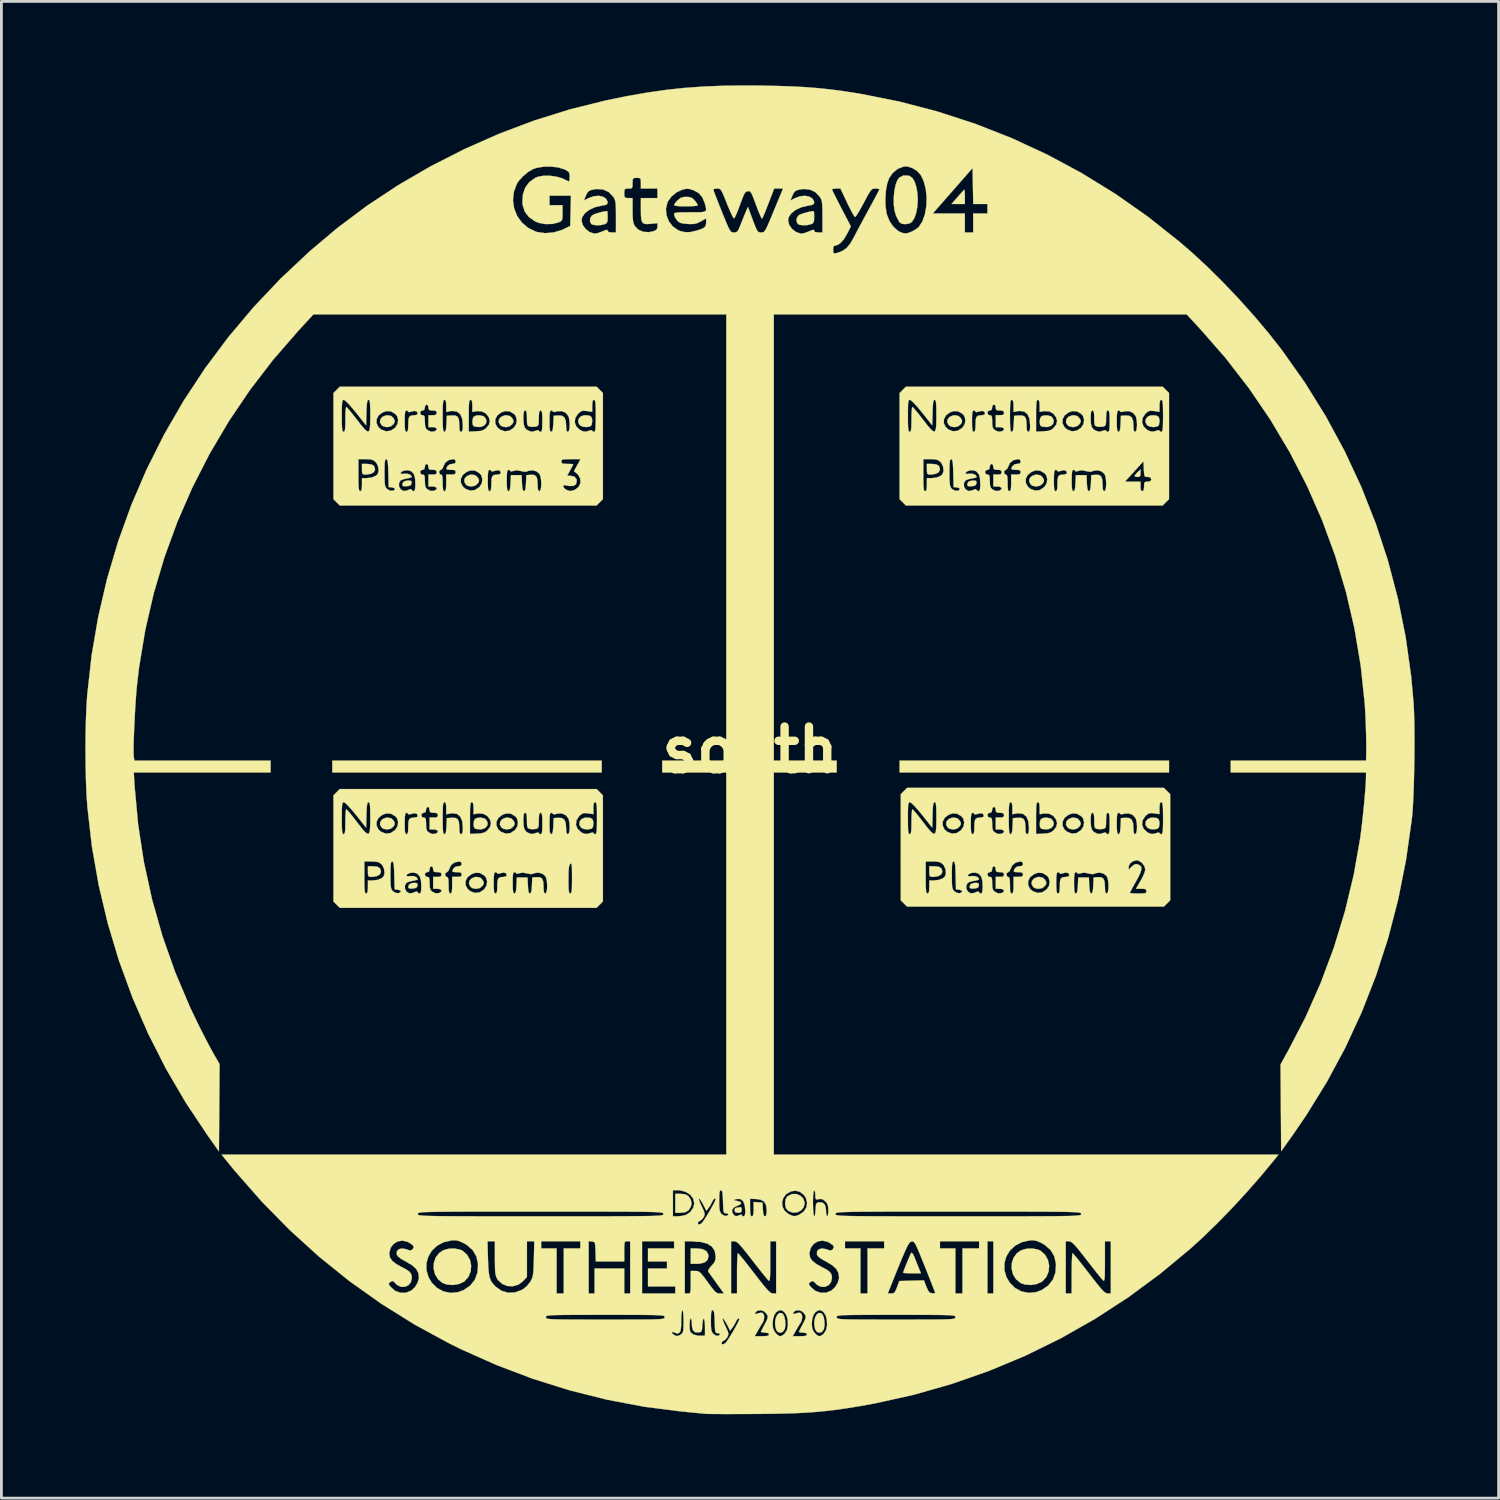
<source format=kicad_pcb>
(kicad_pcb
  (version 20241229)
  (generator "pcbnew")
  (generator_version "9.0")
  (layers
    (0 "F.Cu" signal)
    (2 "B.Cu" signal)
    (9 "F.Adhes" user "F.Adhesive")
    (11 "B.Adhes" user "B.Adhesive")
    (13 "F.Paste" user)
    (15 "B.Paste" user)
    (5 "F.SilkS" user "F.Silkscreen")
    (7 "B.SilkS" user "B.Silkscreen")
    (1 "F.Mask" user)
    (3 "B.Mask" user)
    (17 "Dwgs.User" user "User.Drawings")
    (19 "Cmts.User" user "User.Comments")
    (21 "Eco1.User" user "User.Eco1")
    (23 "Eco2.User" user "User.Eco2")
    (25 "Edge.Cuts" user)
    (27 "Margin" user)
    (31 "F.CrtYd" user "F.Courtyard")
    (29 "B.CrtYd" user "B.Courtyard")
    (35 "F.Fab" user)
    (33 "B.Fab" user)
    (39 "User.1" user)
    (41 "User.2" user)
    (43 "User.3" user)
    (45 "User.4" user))
  (footprint "south"
    (layer "F.Cu")
    (at 23.749 23.744)
    (property "Reference" "south" (at 0 0 0) (layer "F.SilkS") (effects (font (size 1.524 1.524) (thickness 0.3))))
    (attr through_hole)
    (fp_poly (pts (xy -5.301 0.806) (xy -14.926 0.806) (xy -14.926 0.382) (xy -5.301 0.382) (xy -5.301 0.806)) (stroke (width 0.01) (type solid)) (fill yes) (layer "F.SilkS"))
    (fp_poly (pts (xy 14.969 0.806) (xy 5.343 0.806) (xy 5.343 0.382) (xy 14.969 0.382) (xy 14.969 0.806)) (stroke (width 0.01) (type solid)) (fill yes) (layer "F.SilkS"))
    (fp_poly (pts (xy 7.667 -19.976) (xy 7.673 -19.876) (xy 7.675 -19.76) (xy 7.675 -19.506) (xy 7.2 -19.506) (xy 7.421 -19.76) (xy 7.526 -19.879) (xy 7.608 -19.968) (xy 7.654 -20.013) (xy 7.658 -20.015) (xy 7.667 -19.976)) (stroke (width 0.01) (type solid)) (fill yes) (layer "F.SilkS"))
    (fp_poly (pts (xy 13.951 -9.888) (xy 13.941 -9.793) (xy 13.898 -9.757) (xy 13.845 -9.753) (xy 13.765 -9.765) (xy 13.739 -9.788) (xy 13.767 -9.838) (xy 13.836 -9.914) (xy 13.845 -9.923) (xy 13.951 -10.022) (xy 13.951 -9.888)) (stroke (width 0.01) (type solid)) (fill yes) (layer "F.SilkS"))
    (fp_poly (pts (xy -1.712 17.833) (xy -1.568 17.903) (xy -1.495 18.019) (xy -1.485 18.096) (xy -1.521 18.226) (xy -1.627 18.314) (xy -1.8 18.357) (xy -1.887 18.361) (xy -2.12 18.361) (xy -2.12 17.81) (xy -1.927 17.81) (xy -1.712 17.833)) (stroke (width 0.01) (type solid)) (fill yes) (layer "F.SilkS"))
    (fp_poly (pts (xy -12.107 -9.611) (xy -12.09 -9.552) (xy -12.093 -9.53) (xy -12.12 -9.464) (xy -12.192 -9.431) (xy -12.265 -9.422) (xy -12.371 -9.42) (xy -12.416 -9.445) (xy -12.424 -9.491) (xy -12.389 -9.576) (xy -12.283 -9.619) (xy -12.185 -9.626) (xy -12.107 -9.611)) (stroke (width 0.01) (type solid)) (fill yes) (layer "F.SilkS"))
    (fp_poly (pts (xy -11.895 4.764) (xy -11.878 4.823) (xy -11.881 4.845) (xy -11.908 4.911) (xy -11.98 4.944) (xy -12.053 4.953) (xy -12.159 4.955) (xy -12.204 4.93) (xy -12.212 4.884) (xy -12.177 4.799) (xy -12.071 4.756) (xy -11.973 4.749) (xy -11.895 4.764)) (stroke (width 0.01) (type solid)) (fill yes) (layer "F.SilkS"))
    (fp_poly (pts (xy 8.077 -9.611) (xy 8.094 -9.552) (xy 8.092 -9.53) (xy 8.064 -9.464) (xy 7.992 -9.431) (xy 7.919 -9.422) (xy 7.813 -9.42) (xy 7.768 -9.445) (xy 7.76 -9.491) (xy 7.795 -9.576) (xy 7.901 -9.619) (xy 8 -9.626) (xy 8.077 -9.611)) (stroke (width 0.01) (type solid)) (fill yes) (layer "F.SilkS"))
    (fp_poly (pts (xy 8.162 4.764) (xy 8.179 4.823) (xy 8.176 4.845) (xy 8.149 4.911) (xy 8.077 4.944) (xy 8.004 4.953) (xy 7.898 4.955) (xy 7.853 4.93) (xy 7.845 4.884) (xy 7.88 4.799) (xy 7.986 4.756) (xy 8.084 4.749) (xy 8.162 4.764)) (stroke (width 0.01) (type solid)) (fill yes) (layer "F.SilkS"))
    (fp_poly (pts (xy -0.298 16.385) (xy -0.297 16.427) (xy -0.31 16.506) (xy -0.365 16.535) (xy -0.424 16.538) (xy -0.517 16.524) (xy -0.55 16.475) (xy -0.551 16.453) (xy -0.538 16.384) (xy -0.519 16.367) (xy -0.457 16.357) (xy -0.392 16.341) (xy -0.322 16.335) (xy -0.298 16.385)) (stroke (width 0.01) (type solid)) (fill yes) (layer "F.SilkS"))
    (fp_poly (pts (xy -13.524 -10.201) (xy -13.432 -10.142) (xy -13.4 -10.036) (xy -13.4 -10.019) (xy -13.438 -9.927) (xy -13.547 -9.865) (xy -13.713 -9.838) (xy -13.742 -9.838) (xy -13.818 -9.844) (xy -13.854 -9.876) (xy -13.865 -9.959) (xy -13.866 -10.029) (xy -13.866 -10.219) (xy -13.684 -10.219) (xy -13.524 -10.201)) (stroke (width 0.01) (type solid)) (fill yes) (layer "F.SilkS"))
    (fp_poly (pts (xy -13.312 4.174) (xy -13.22 4.233) (xy -13.188 4.339) (xy -13.188 4.356) (xy -13.226 4.448) (xy -13.335 4.51) (xy -13.501 4.537) (xy -13.53 4.537) (xy -13.606 4.531) (xy -13.642 4.499) (xy -13.653 4.416) (xy -13.654 4.346) (xy -13.654 4.156) (xy -13.472 4.156) (xy -13.312 4.174)) (stroke (width 0.01) (type solid)) (fill yes) (layer "F.SilkS"))
    (fp_poly (pts (xy -12.815 -11.929) (xy -12.739 -11.852) (xy -12.694 -11.769) (xy -12.701 -11.704) (xy -12.739 -11.64) (xy -12.836 -11.56) (xy -12.968 -11.532) (xy -13.099 -11.557) (xy -13.163 -11.601) (xy -13.223 -11.705) (xy -13.21 -11.811) (xy -13.137 -11.899) (xy -13.016 -11.951) (xy -12.941 -11.958) (xy -12.815 -11.929)) (stroke (width 0.01) (type solid)) (fill yes) (layer "F.SilkS"))
    (fp_poly (pts (xy -12.815 2.446) (xy -12.739 2.523) (xy -12.694 2.606) (xy -12.701 2.671) (xy -12.739 2.735) (xy -12.836 2.815) (xy -12.968 2.843) (xy -13.099 2.818) (xy -13.163 2.774) (xy -13.223 2.67) (xy -13.21 2.564) (xy -13.137 2.476) (xy -13.016 2.424) (xy -12.941 2.417) (xy -12.815 2.446)) (stroke (width 0.01) (type solid)) (fill yes) (layer "F.SilkS"))
    (fp_poly (pts (xy -9.804 -9.809) (xy -9.728 -9.732) (xy -9.683 -9.649) (xy -9.69 -9.583) (xy -9.728 -9.52) (xy -9.825 -9.44) (xy -9.957 -9.411) (xy -10.088 -9.436) (xy -10.153 -9.48) (xy -10.212 -9.585) (xy -10.199 -9.691) (xy -10.127 -9.778) (xy -10.005 -9.831) (xy -9.931 -9.838) (xy -9.804 -9.809)) (stroke (width 0.01) (type solid)) (fill yes) (layer "F.SilkS"))
    (fp_poly (pts (xy -9.635 4.566) (xy -9.558 4.643) (xy -9.513 4.726) (xy -9.521 4.791) (xy -9.558 4.855) (xy -9.655 4.935) (xy -9.787 4.964) (xy -9.918 4.939) (xy -9.983 4.895) (xy -10.042 4.79) (xy -10.03 4.684) (xy -9.957 4.597) (xy -9.835 4.544) (xy -9.761 4.537) (xy -9.635 4.566)) (stroke (width 0.01) (type solid)) (fill yes) (layer "F.SilkS"))
    (fp_poly (pts (xy -8.575 -11.929) (xy -8.498 -11.852) (xy -8.453 -11.769) (xy -8.46 -11.704) (xy -8.498 -11.64) (xy -8.595 -11.56) (xy -8.727 -11.532) (xy -8.858 -11.557) (xy -8.923 -11.601) (xy -8.982 -11.705) (xy -8.97 -11.811) (xy -8.897 -11.899) (xy -8.775 -11.951) (xy -8.701 -11.958) (xy -8.575 -11.929)) (stroke (width 0.01) (type solid)) (fill yes) (layer "F.SilkS"))
    (fp_poly (pts (xy -8.532 2.446) (xy -8.456 2.523) (xy -8.411 2.606) (xy -8.418 2.671) (xy -8.456 2.735) (xy -8.553 2.815) (xy -8.685 2.843) (xy -8.816 2.818) (xy -8.881 2.774) (xy -8.94 2.67) (xy -8.927 2.564) (xy -8.855 2.476) (xy -8.733 2.424) (xy -8.659 2.417) (xy -8.532 2.446)) (stroke (width 0.01) (type solid)) (fill yes) (layer "F.SilkS"))
    (fp_poly (pts (xy -5.751 -11.946) (xy -5.672 -11.9) (xy -5.642 -11.806) (xy -5.64 -11.746) (xy -5.658 -11.614) (xy -5.707 -11.56) (xy -5.844 -11.534) (xy -5.982 -11.55) (xy -6.082 -11.601) (xy -6.142 -11.708) (xy -6.132 -11.816) (xy -6.062 -11.906) (xy -5.943 -11.954) (xy -5.895 -11.958) (xy -5.751 -11.946)) (stroke (width 0.01) (type solid)) (fill yes) (layer "F.SilkS"))
    (fp_poly (pts (xy -5.708 2.429) (xy -5.63 2.475) (xy -5.6 2.569) (xy -5.597 2.629) (xy -5.616 2.761) (xy -5.664 2.815) (xy -5.801 2.841) (xy -5.94 2.825) (xy -6.04 2.774) (xy -6.1 2.667) (xy -6.09 2.559) (xy -6.019 2.469) (xy -5.9 2.421) (xy -5.852 2.417) (xy -5.708 2.429)) (stroke (width 0.01) (type solid)) (fill yes) (layer "F.SilkS"))
    (fp_poly (pts (xy -2.324 15.876) (xy -2.208 15.935) (xy -2.13 16.048) (xy -2.121 16.069) (xy -2.089 16.188) (xy -2.11 16.301) (xy -2.121 16.327) (xy -2.195 16.448) (xy -2.304 16.515) (xy -2.469 16.537) (xy -2.499 16.538) (xy -2.671 16.538) (xy -2.671 15.859) (xy -2.499 15.859) (xy -2.324 15.876)) (stroke (width 0.01) (type solid)) (fill yes) (layer "F.SilkS"))
    (fp_poly (pts (xy 6.66 -10.201) (xy 6.752 -10.142) (xy 6.784 -10.036) (xy 6.785 -10.019) (xy 6.746 -9.927) (xy 6.637 -9.865) (xy 6.471 -9.838) (xy 6.443 -9.838) (xy 6.366 -9.844) (xy 6.33 -9.876) (xy 6.319 -9.959) (xy 6.318 -10.029) (xy 6.318 -10.219) (xy 6.501 -10.219) (xy 6.66 -10.201)) (stroke (width 0.01) (type solid)) (fill yes) (layer "F.SilkS"))
    (fp_poly (pts (xy 6.745 4.174) (xy 6.837 4.233) (xy 6.869 4.339) (xy 6.869 4.356) (xy 6.831 4.448) (xy 6.722 4.51) (xy 6.556 4.537) (xy 6.527 4.537) (xy 6.451 4.531) (xy 6.415 4.499) (xy 6.404 4.416) (xy 6.403 4.346) (xy 6.403 4.156) (xy 6.585 4.156) (xy 6.745 4.174)) (stroke (width 0.01) (type solid)) (fill yes) (layer "F.SilkS"))
    (fp_poly (pts (xy 7.412 2.446) (xy 7.488 2.523) (xy 7.533 2.606) (xy 7.526 2.671) (xy 7.488 2.735) (xy 7.391 2.815) (xy 7.259 2.843) (xy 7.128 2.818) (xy 7.063 2.774) (xy 7.004 2.67) (xy 7.017 2.564) (xy 7.089 2.476) (xy 7.211 2.424) (xy 7.285 2.417) (xy 7.412 2.446)) (stroke (width 0.01) (type solid)) (fill yes) (layer "F.SilkS"))
    (fp_poly (pts (xy 7.454 -11.929) (xy 7.531 -11.852) (xy 7.575 -11.769) (xy 7.568 -11.704) (xy 7.531 -11.64) (xy 7.433 -11.56) (xy 7.302 -11.532) (xy 7.171 -11.557) (xy 7.106 -11.601) (xy 7.047 -11.705) (xy 7.059 -11.811) (xy 7.132 -11.899) (xy 7.254 -11.951) (xy 7.328 -11.958) (xy 7.454 -11.929)) (stroke (width 0.01) (type solid)) (fill yes) (layer "F.SilkS"))
    (fp_poly (pts (xy 10.38 -9.809) (xy 10.456 -9.732) (xy 10.501 -9.649) (xy 10.494 -9.583) (xy 10.456 -9.52) (xy 10.359 -9.44) (xy 10.227 -9.411) (xy 10.096 -9.436) (xy 10.032 -9.48) (xy 9.972 -9.585) (xy 9.985 -9.691) (xy 10.058 -9.778) (xy 10.179 -9.831) (xy 10.254 -9.838) (xy 10.38 -9.809)) (stroke (width 0.01) (type solid)) (fill yes) (layer "F.SilkS"))
    (fp_poly (pts (xy 10.465 4.566) (xy 10.541 4.643) (xy 10.586 4.726) (xy 10.579 4.791) (xy 10.541 4.855) (xy 10.444 4.935) (xy 10.312 4.964) (xy 10.181 4.939) (xy 10.116 4.895) (xy 10.057 4.79) (xy 10.07 4.684) (xy 10.142 4.597) (xy 10.264 4.544) (xy 10.338 4.537) (xy 10.465 4.566)) (stroke (width 0.01) (type solid)) (fill yes) (layer "F.SilkS"))
    (fp_poly (pts (xy 11.694 -11.929) (xy 11.771 -11.852) (xy 11.816 -11.769) (xy 11.809 -11.704) (xy 11.771 -11.64) (xy 11.674 -11.56) (xy 11.542 -11.532) (xy 11.411 -11.557) (xy 11.346 -11.601) (xy 11.287 -11.705) (xy 11.299 -11.811) (xy 11.372 -11.899) (xy 11.494 -11.951) (xy 11.568 -11.958) (xy 11.694 -11.929)) (stroke (width 0.01) (type solid)) (fill yes) (layer "F.SilkS"))
    (fp_poly (pts (xy 11.694 2.446) (xy 11.771 2.523) (xy 11.816 2.606) (xy 11.809 2.671) (xy 11.771 2.735) (xy 11.674 2.815) (xy 11.542 2.843) (xy 11.411 2.818) (xy 11.346 2.774) (xy 11.287 2.67) (xy 11.299 2.564) (xy 11.372 2.476) (xy 11.494 2.424) (xy 11.568 2.417) (xy 11.694 2.446)) (stroke (width 0.01) (type solid)) (fill yes) (layer "F.SilkS"))
    (fp_poly (pts (xy 14.518 -11.946) (xy 14.597 -11.9) (xy 14.627 -11.806) (xy 14.629 -11.746) (xy 14.611 -11.614) (xy 14.562 -11.56) (xy 14.426 -11.534) (xy 14.287 -11.55) (xy 14.187 -11.601) (xy 14.127 -11.708) (xy 14.137 -11.816) (xy 14.207 -11.906) (xy 14.326 -11.954) (xy 14.375 -11.958) (xy 14.518 -11.946)) (stroke (width 0.01) (type solid)) (fill yes) (layer "F.SilkS"))
    (fp_poly (pts (xy 14.518 2.429) (xy 14.597 2.475) (xy 14.627 2.569) (xy 14.629 2.629) (xy 14.611 2.761) (xy 14.562 2.815) (xy 14.426 2.841) (xy 14.287 2.825) (xy 14.187 2.774) (xy 14.127 2.667) (xy 14.137 2.559) (xy 14.207 2.469) (xy 14.326 2.421) (xy 14.375 2.417) (xy 14.518 2.429)) (stroke (width 0.01) (type solid)) (fill yes) (layer "F.SilkS"))
    (fp_poly (pts (xy -9.534 -11.926) (xy -9.48 -11.891) (xy -9.419 -11.784) (xy -9.429 -11.677) (xy -9.499 -11.589) (xy -9.619 -11.541) (xy -9.682 -11.537) (xy -9.794 -11.546) (xy -9.87 -11.562) (xy -9.907 -11.617) (xy -9.921 -11.716) (xy -9.91 -11.824) (xy -9.875 -11.904) (xy -9.872 -11.907) (xy -9.781 -11.949) (xy -9.654 -11.954) (xy -9.534 -11.926)) (stroke (width 0.01) (type solid)) (fill yes) (layer "F.SilkS"))
    (fp_poly (pts (xy -9.492 2.449) (xy -9.438 2.484) (xy -9.376 2.591) (xy -9.386 2.698) (xy -9.457 2.785) (xy -9.577 2.834) (xy -9.639 2.838) (xy -9.751 2.829) (xy -9.827 2.813) (xy -9.865 2.758) (xy -9.879 2.659) (xy -9.868 2.551) (xy -9.832 2.471) (xy -9.829 2.468) (xy -9.738 2.426) (xy -9.612 2.421) (xy -9.492 2.449)) (stroke (width 0.01) (type solid)) (fill yes) (layer "F.SilkS"))
    (fp_poly (pts (xy 1.135 20.124) (xy 1.178 20.157) (xy 1.227 20.251) (xy 1.256 20.393) (xy 1.262 20.55) (xy 1.24 20.687) (xy 1.234 20.704) (xy 1.165 20.797) (xy 1.072 20.825) (xy 0.982 20.788) (xy 0.932 20.712) (xy 0.896 20.559) (xy 0.897 20.408) (xy 0.928 20.274) (xy 0.982 20.172) (xy 1.053 20.117) (xy 1.135 20.124)) (stroke (width 0.01) (type solid)) (fill yes) (layer "F.SilkS"))
    (fp_poly (pts (xy 2.534 20.124) (xy 2.578 20.157) (xy 2.627 20.251) (xy 2.656 20.393) (xy 2.661 20.55) (xy 2.64 20.687) (xy 2.634 20.704) (xy 2.564 20.797) (xy 2.471 20.825) (xy 2.381 20.788) (xy 2.331 20.712) (xy 2.295 20.559) (xy 2.296 20.408) (xy 2.327 20.274) (xy 2.382 20.172) (xy 2.453 20.117) (xy 2.534 20.124)) (stroke (width 0.01) (type solid)) (fill yes) (layer "F.SilkS"))
    (fp_poly (pts (xy 10.735 -11.926) (xy 10.789 -11.891) (xy 10.85 -11.784) (xy 10.84 -11.677) (xy 10.77 -11.589) (xy 10.65 -11.541) (xy 10.587 -11.537) (xy 10.476 -11.546) (xy 10.4 -11.562) (xy 10.362 -11.617) (xy 10.348 -11.716) (xy 10.359 -11.824) (xy 10.395 -11.904) (xy 10.397 -11.907) (xy 10.489 -11.949) (xy 10.615 -11.954) (xy 10.735 -11.926)) (stroke (width 0.01) (type solid)) (fill yes) (layer "F.SilkS"))
    (fp_poly (pts (xy 10.735 2.449) (xy 10.789 2.484) (xy 10.85 2.591) (xy 10.84 2.698) (xy 10.77 2.785) (xy 10.65 2.834) (xy 10.587 2.838) (xy 10.476 2.829) (xy 10.4 2.813) (xy 10.362 2.758) (xy 10.348 2.659) (xy 10.359 2.551) (xy 10.395 2.471) (xy 10.397 2.468) (xy 10.489 2.426) (xy 10.615 2.421) (xy 10.735 2.449)) (stroke (width 0.01) (type solid)) (fill yes) (layer "F.SilkS"))
    (fp_poly (pts (xy 1.787 15.918) (xy 1.894 16.019) (xy 1.948 16.158) (xy 1.951 16.198) (xy 1.914 16.346) (xy 1.818 16.457) (xy 1.684 16.523) (xy 1.533 16.534) (xy 1.386 16.482) (xy 1.352 16.457) (xy 1.282 16.373) (xy 1.255 16.255) (xy 1.253 16.198) (xy 1.268 16.059) (xy 1.322 15.967) (xy 1.352 15.939) (xy 1.495 15.869) (xy 1.647 15.866) (xy 1.787 15.918)) (stroke (width 0.01) (type solid)) (fill yes) (layer "F.SilkS"))
    (fp_poly (pts (xy -5.095 -19.213) (xy -5.09 -19.116) (xy -5.088 -19.038) (xy -5.093 -18.908) (xy -5.116 -18.836) (xy -5.167 -18.796) (xy -5.197 -18.784) (xy -5.331 -18.752) (xy -5.479 -18.745) (xy -5.606 -18.761) (xy -5.674 -18.793) (xy -5.721 -18.893) (xy -5.706 -19.011) (xy -5.647 -19.096) (xy -5.573 -19.136) (xy -5.447 -19.18) (xy -5.301 -19.22) (xy -5.168 -19.246) (xy -5.104 -19.251) (xy -5.095 -19.213)) (stroke (width 0.01) (type solid)) (fill yes) (layer "F.SilkS"))
    (fp_poly (pts (xy 2.283 -19.213) (xy 2.289 -19.116) (xy 2.29 -19.038) (xy 2.285 -18.908) (xy 2.262 -18.836) (xy 2.211 -18.796) (xy 2.181 -18.784) (xy 2.047 -18.752) (xy 1.9 -18.745) (xy 1.773 -18.761) (xy 1.705 -18.793) (xy 1.658 -18.893) (xy 1.673 -19.011) (xy 1.731 -19.096) (xy 1.805 -19.136) (xy 1.931 -19.18) (xy 2.077 -19.22) (xy 2.211 -19.246) (xy 2.274 -19.251) (xy 2.283 -19.213)) (stroke (width 0.01) (type solid)) (fill yes) (layer "F.SilkS"))
    (fp_poly (pts (xy 5.797 17.981) (xy 5.843 18.055) (xy 5.86 18.094) (xy 5.915 18.23) (xy 5.982 18.395) (xy 6.015 18.478) (xy 6.105 18.7) (xy 5.788 18.7) (xy 5.636 18.698) (xy 5.523 18.691) (xy 5.471 18.682) (xy 5.47 18.68) (xy 5.486 18.626) (xy 5.526 18.518) (xy 5.581 18.378) (xy 5.642 18.23) (xy 5.7 18.096) (xy 5.744 18.001) (xy 5.763 17.967) (xy 5.797 17.981)) (stroke (width 0.01) (type solid)) (fill yes) (layer "F.SilkS"))
    (fp_poly (pts (xy -2.142 -19.75) (xy -2.051 -19.706) (xy -1.976 -19.63) (xy -1.906 -19.538) (xy -1.868 -19.471) (xy -1.866 -19.46) (xy -1.905 -19.444) (xy -2.011 -19.431) (xy -2.167 -19.423) (xy -2.29 -19.421) (xy -2.507 -19.426) (xy -2.648 -19.439) (xy -2.711 -19.46) (xy -2.714 -19.467) (xy -2.686 -19.523) (xy -2.617 -19.608) (xy -2.59 -19.636) (xy -2.485 -19.721) (xy -2.37 -19.756) (xy -2.276 -19.76) (xy -2.142 -19.75)) (stroke (width 0.01) (type solid)) (fill yes) (layer "F.SilkS"))
    (fp_poly (pts (xy -10.363 17.852) (xy -10.272 17.894) (xy -10.11 18.038) (xy -10.007 18.222) (xy -9.965 18.428) (xy -9.983 18.637) (xy -10.063 18.83) (xy -10.206 18.987) (xy -10.222 18.999) (xy -10.401 19.083) (xy -10.614 19.118) (xy -10.826 19.103) (xy -10.982 19.048) (xy -11.147 18.914) (xy -11.255 18.739) (xy -11.305 18.54) (xy -11.299 18.335) (xy -11.235 18.142) (xy -11.115 17.98) (xy -10.966 17.879) (xy -10.774 17.822) (xy -10.561 17.814) (xy -10.363 17.852)) (stroke (width 0.01) (type solid)) (fill yes) (layer "F.SilkS"))
    (fp_poly (pts (xy 10.287 17.852) (xy 10.379 17.894) (xy 10.541 18.038) (xy 10.643 18.222) (xy 10.686 18.428) (xy 10.668 18.637) (xy 10.587 18.83) (xy 10.444 18.987) (xy 10.428 18.999) (xy 10.25 19.083) (xy 10.037 19.118) (xy 9.825 19.103) (xy 9.669 19.048) (xy 9.504 18.914) (xy 9.396 18.739) (xy 9.345 18.54) (xy 9.352 18.335) (xy 9.416 18.142) (xy 9.536 17.98) (xy 9.684 17.879) (xy 9.876 17.822) (xy 10.089 17.814) (xy 10.287 17.852)) (stroke (width 0.01) (type solid)) (fill yes) (layer "F.SilkS"))
    (fp_poly (pts (xy 5.651 -20.52) (xy 5.687 -20.512) (xy 5.794 -20.442) (xy 5.879 -20.307) (xy 5.94 -20.122) (xy 5.978 -19.902) (xy 5.992 -19.665) (xy 5.979 -19.426) (xy 5.94 -19.202) (xy 5.874 -19.007) (xy 5.78 -18.861) (xy 5.69 -18.809) (xy 5.564 -18.786) (xy 5.439 -18.795) (xy 5.353 -18.837) (xy 5.35 -18.84) (xy 5.305 -18.911) (xy 5.246 -19.025) (xy 5.218 -19.084) (xy 5.163 -19.264) (xy 5.135 -19.484) (xy 5.133 -19.724) (xy 5.155 -19.963) (xy 5.198 -20.179) (xy 5.261 -20.351) (xy 5.332 -20.449) (xy 5.473 -20.522) (xy 5.651 -20.52)) (stroke (width 0.01) (type solid)) (fill yes) (layer "F.SilkS"))
    (fp_poly (pts (xy -5.37 1.511) (xy -5.258 1.623) (xy -5.258 5.416) (xy -5.37 5.528) (xy -5.482 5.64) (xy -14.66 5.64) (xy -14.772 5.528) (xy -14.884 5.416) (xy -14.884 3.986) (xy -13.781 3.986) (xy -13.781 4.558) (xy -13.78 4.793) (xy -13.775 4.955) (xy -13.765 5.057) (xy -13.749 5.111) (xy -13.725 5.13) (xy -13.718 5.131) (xy -13.679 5.11) (xy -13.66 5.036) (xy -13.654 4.898) (xy -13.654 4.664) (xy -13.482 4.664) (xy -13.3 4.642) (xy -13.157 4.582) (xy -13.093 4.52) (xy -13.079 4.474) (xy -12.848 4.474) (xy -12.847 4.688) (xy -12.841 4.835) (xy -12.827 4.931) (xy -12.804 4.994) (xy -12.768 5.042) (xy -12.761 5.049) (xy -12.667 5.107) (xy -12.568 5.12) (xy -12.494 5.087) (xy -12.478 5.06) (xy -12.502 5.019) (xy -12.581 4.996) (xy -12.7 4.982) (xy -12.703 4.844) (xy -12.331 4.844) (xy -12.329 4.961) (xy -12.273 5.064) (xy -12.171 5.125) (xy -12.05 5.11) (xy -11.989 5.082) (xy -11.914 5.055) (xy -11.882 5.082) (xy -11.832 5.127) (xy -11.806 5.131) (xy -11.771 5.108) (xy -11.752 5.03) (xy -11.746 4.882) (xy -11.746 4.874) (xy -11.757 4.671) (xy -11.795 4.533) (xy -11.859 4.452) (xy -11.619 4.452) (xy -11.589 4.523) (xy -11.534 4.537) (xy -11.485 4.547) (xy -11.459 4.592) (xy -11.45 4.69) (xy -11.449 4.768) (xy -11.443 4.912) (xy -11.417 5) (xy -11.365 5.058) (xy -11.355 5.065) (xy -11.242 5.123) (xy -11.135 5.119) (xy -11.092 5.105) (xy -11.026 5.057) (xy -11.032 5.006) (xy -11.101 4.969) (xy -11.173 4.961) (xy -11.322 4.961) (xy -11.322 4.537) (xy -11.173 4.537) (xy -11.071 4.528) (xy -11.03 4.491) (xy -11.025 4.452) (xy -10.898 4.452) (xy -10.871 4.521) (xy -10.834 4.537) (xy -10.8 4.555) (xy -10.78 4.617) (xy -10.772 4.741) (xy -10.771 4.834) (xy -10.767 4.995) (xy -10.753 5.088) (xy -10.727 5.127) (xy -10.707 5.131) (xy -10.672 5.113) (xy -10.653 5.051) (xy -10.644 4.927) (xy -10.643 4.834) (xy -10.643 4.826) (xy -10.164 4.826) (xy -10.095 4.963) (xy -9.996 5.049) (xy -9.827 5.111) (xy -9.66 5.089) (xy -9.504 4.986) (xy -9.501 4.983) (xy -9.417 4.85) (xy -9.401 4.749) (xy -9.159 4.749) (xy -9.157 4.935) (xy -9.148 5.051) (xy -9.13 5.112) (xy -9.1 5.131) (xy -9.096 5.131) (xy -9.06 5.112) (xy -9.04 5.046) (xy -9.032 4.916) (xy -9.032 4.86) (xy -9.028 4.749) (xy -8.481 4.749) (xy -8.478 4.937) (xy -8.469 5.053) (xy -8.45 5.113) (xy -8.42 5.131) (xy -8.419 5.131) (xy -8.383 5.108) (xy -8.361 5.032) (xy -8.347 4.888) (xy -8.345 4.845) (xy -8.332 4.558) (xy -7.951 4.558) (xy -7.938 4.845) (xy -7.926 5.008) (xy -7.905 5.099) (xy -7.871 5.131) (xy -7.866 5.131) (xy -7.831 5.106) (xy -7.808 5.023) (xy -7.795 4.869) (xy -7.794 4.845) (xy -7.781 4.558) (xy -7.641 4.545) (xy -7.511 4.549) (xy -7.431 4.598) (xy -7.39 4.704) (xy -7.378 4.881) (xy -7.378 4.882) (xy -7.373 5.028) (xy -7.355 5.105) (xy -7.32 5.131) (xy -7.315 5.131) (xy -7.277 5.093) (xy -7.255 4.996) (xy -7.248 4.865) (xy -7.256 4.723) (xy -7.273 4.627) (xy -6.488 4.627) (xy -6.486 4.845) (xy -6.48 4.992) (xy -6.468 5.079) (xy -6.449 5.121) (xy -6.424 5.131) (xy -6.398 5.119) (xy -6.38 5.074) (xy -6.368 4.983) (xy -6.363 4.835) (xy -6.361 4.617) (xy -6.361 4.574) (xy -6.362 4.348) (xy -6.366 4.196) (xy -6.374 4.104) (xy -6.388 4.063) (xy -6.41 4.061) (xy -6.424 4.071) (xy -6.453 4.113) (xy -6.472 4.193) (xy -6.483 4.324) (xy -6.487 4.52) (xy -6.488 4.627) (xy -7.273 4.627) (xy -7.278 4.595) (xy -7.315 4.508) (xy -7.422 4.421) (xy -7.564 4.383) (xy -7.703 4.403) (xy -7.721 4.412) (xy -7.815 4.44) (xy -7.93 4.423) (xy -7.967 4.412) (xy -8.122 4.383) (xy -8.237 4.406) (xy -8.326 4.428) (xy -8.354 4.409) (xy -8.388 4.372) (xy -8.417 4.368) (xy -8.448 4.382) (xy -8.468 4.437) (xy -8.478 4.545) (xy -8.481 4.722) (xy -8.481 4.749) (xy -9.028 4.749) (xy -9.026 4.696) (xy -8.999 4.599) (xy -8.938 4.552) (xy -8.832 4.538) (xy -8.795 4.537) (xy -8.712 4.514) (xy -8.693 4.472) (xy -8.725 4.401) (xy -8.815 4.382) (xy -8.919 4.407) (xy -9.007 4.428) (xy -9.032 4.409) (xy -9.066 4.372) (xy -9.096 4.368) (xy -9.127 4.382) (xy -9.146 4.437) (xy -9.156 4.545) (xy -9.159 4.722) (xy -9.159 4.749) (xy -9.401 4.749) (xy -9.394 4.701) (xy -9.433 4.563) (xy -9.495 4.489) (xy -9.652 4.398) (xy -9.809 4.388) (xy -9.951 4.438) (xy -10.09 4.544) (xy -10.162 4.68) (xy -10.164 4.826) (xy -10.643 4.826) (xy -10.643 4.537) (xy -10.474 4.537) (xy -10.363 4.53) (xy -10.314 4.501) (xy -10.304 4.452) (xy -10.318 4.397) (xy -10.376 4.372) (xy -10.474 4.368) (xy -10.59 4.363) (xy -10.635 4.341) (xy -10.624 4.286) (xy -10.6 4.238) (xy -10.517 4.17) (xy -10.43 4.156) (xy -10.337 4.142) (xy -10.305 4.091) (xy -10.304 4.071) (xy -10.332 4.002) (xy -10.4 3.987) (xy -10.564 4.023) (xy -10.685 4.121) (xy -10.737 4.23) (xy -10.779 4.324) (xy -10.831 4.367) (xy -10.835 4.368) (xy -10.886 4.403) (xy -10.898 4.452) (xy -11.025 4.452) (xy -11.042 4.394) (xy -11.106 4.37) (xy -11.173 4.368) (xy -11.274 4.36) (xy -11.315 4.324) (xy -11.322 4.262) (xy -11.344 4.176) (xy -11.385 4.156) (xy -11.437 4.192) (xy -11.449 4.262) (xy -11.469 4.345) (xy -11.534 4.368) (xy -11.605 4.398) (xy -11.619 4.452) (xy -11.859 4.452) (xy -11.867 4.442) (xy -11.919 4.408) (xy -12.023 4.383) (xy -12.141 4.394) (xy -12.237 4.434) (xy -12.27 4.473) (xy -12.266 4.51) (xy -12.203 4.515) (xy -12.147 4.507) (xy -12.02 4.509) (xy -11.921 4.547) (xy -11.874 4.612) (xy -11.873 4.622) (xy -11.911 4.646) (xy -12.005 4.67) (xy -12.044 4.676) (xy -12.17 4.703) (xy -12.264 4.741) (xy -12.278 4.751) (xy -12.331 4.844) (xy -12.703 4.844) (xy -12.712 4.484) (xy -12.719 4.266) (xy -12.729 4.119) (xy -12.744 4.033) (xy -12.766 3.993) (xy -12.786 3.986) (xy -12.814 4) (xy -12.832 4.05) (xy -12.843 4.15) (xy -12.848 4.313) (xy -12.848 4.474) (xy -13.079 4.474) (xy -13.058 4.403) (xy -13.074 4.259) (xy -13.133 4.128) (xy -13.165 4.09) (xy -13.24 4.029) (xy -13.329 3.998) (xy -13.461 3.987) (xy -13.525 3.986) (xy -13.781 3.986) (xy -14.884 3.986) (xy -14.884 2.438) (xy -14.587 2.438) (xy -14.586 2.673) (xy -14.581 2.835) (xy -14.571 2.937) (xy -14.555 2.991) (xy -14.531 3.01) (xy -14.523 3.011) (xy -14.494 2.997) (xy -14.475 2.947) (xy -14.465 2.847) (xy -14.46 2.683) (xy -14.46 2.565) (xy -14.457 2.383) (xy -14.449 2.236) (xy -14.437 2.144) (xy -14.427 2.12) (xy -14.39 2.152) (xy -14.313 2.239) (xy -14.207 2.369) (xy -14.082 2.53) (xy -14.056 2.563) (xy -13.889 2.778) (xy -13.766 2.922) (xy -13.679 2.994) (xy -13.622 2.992) (xy -13.589 2.914) (xy -13.574 2.759) (xy -13.573 2.706) (xy -13.345 2.706) (xy -13.276 2.843) (xy -13.176 2.929) (xy -13.007 2.991) (xy -12.84 2.969) (xy -12.685 2.866) (xy -12.681 2.862) (xy -12.597 2.73) (xy -12.582 2.629) (xy -12.34 2.629) (xy -12.337 2.815) (xy -12.328 2.931) (xy -12.31 2.991) (xy -12.281 3.01) (xy -12.276 3.011) (xy -12.24 2.992) (xy -12.22 2.926) (xy -12.213 2.795) (xy -12.212 2.74) (xy -12.206 2.575) (xy -12.179 2.478) (xy -12.119 2.432) (xy -12.012 2.417) (xy -11.976 2.417) (xy -11.893 2.394) (xy -11.873 2.352) (xy -11.882 2.332) (xy -11.746 2.332) (xy -11.716 2.403) (xy -11.661 2.417) (xy -11.612 2.427) (xy -11.586 2.471) (xy -11.577 2.57) (xy -11.576 2.648) (xy -11.57 2.792) (xy -11.545 2.88) (xy -11.492 2.937) (xy -11.482 2.945) (xy -11.369 3.003) (xy -11.262 2.999) (xy -11.219 2.985) (xy -11.153 2.937) (xy -11.159 2.886) (xy -11.228 2.849) (xy -11.301 2.841) (xy -11.449 2.841) (xy -11.449 2.438) (xy -10.983 2.438) (xy -10.981 2.674) (xy -10.976 2.837) (xy -10.966 2.939) (xy -10.949 2.993) (xy -10.925 3.01) (xy -10.921 3.011) (xy -10.885 2.988) (xy -10.862 2.912) (xy -10.849 2.767) (xy -10.847 2.724) (xy -10.834 2.438) (xy -10.672 2.425) (xy -10.533 2.428) (xy -10.447 2.472) (xy -10.403 2.572) (xy -10.389 2.739) (xy -10.389 2.761) (xy -10.384 2.907) (xy -10.366 2.985) (xy -10.331 3.01) (xy -10.325 3.011) (xy -10.287 2.99) (xy -10.267 2.916) (xy -10.262 2.779) (xy -10.285 2.544) (xy -10.332 2.434) (xy -10.007 2.434) (xy -10.007 3.003) (xy -9.752 2.992) (xy -9.585 2.977) (xy -9.473 2.941) (xy -9.392 2.883) (xy -9.286 2.752) (xy -9.276 2.706) (xy -9.062 2.706) (xy -8.993 2.843) (xy -8.893 2.929) (xy -8.724 2.991) (xy -8.557 2.969) (xy -8.402 2.866) (xy -8.398 2.862) (xy -8.314 2.73) (xy -8.292 2.581) (xy -8.304 2.538) (xy -8.099 2.538) (xy -8.089 2.727) (xy -8.054 2.852) (xy -7.985 2.932) (xy -7.887 2.981) (xy -7.807 3.004) (xy -7.738 2.997) (xy -7.657 2.969) (xy -7.57 2.949) (xy -7.548 2.969) (xy -7.514 3.006) (xy -7.484 3.011) (xy -7.453 2.996) (xy -7.434 2.942) (xy -7.424 2.833) (xy -7.421 2.657) (xy -7.421 2.629) (xy -7.166 2.629) (xy -7.164 2.816) (xy -7.154 2.933) (xy -7.136 2.993) (xy -7.106 3.011) (xy -7.105 3.011) (xy -7.069 2.988) (xy -7.046 2.912) (xy -7.033 2.767) (xy -7.03 2.724) (xy -7.018 2.438) (xy -6.864 2.425) (xy -6.722 2.434) (xy -6.631 2.496) (xy -6.584 2.62) (xy -6.573 2.78) (xy -6.567 2.92) (xy -6.546 2.992) (xy -6.509 3.011) (xy -6.472 2.973) (xy -6.45 2.876) (xy -6.443 2.746) (xy -6.448 2.671) (xy -6.221 2.671) (xy -6.166 2.818) (xy -6.038 2.939) (xy -6.017 2.952) (xy -5.905 3) (xy -5.805 3.001) (xy -5.706 2.969) (xy -5.62 2.949) (xy -5.597 2.969) (xy -5.563 3.006) (xy -5.534 3.011) (xy -5.508 2.999) (xy -5.49 2.954) (xy -5.478 2.865) (xy -5.472 2.719) (xy -5.47 2.503) (xy -5.47 2.438) (xy -5.471 2.204) (xy -5.476 2.042) (xy -5.486 1.94) (xy -5.503 1.885) (xy -5.527 1.866) (xy -5.534 1.866) (xy -5.574 1.888) (xy -5.593 1.966) (xy -5.597 2.08) (xy -5.597 2.295) (xy -5.787 2.267) (xy -5.912 2.255) (xy -5.996 2.276) (xy -6.08 2.342) (xy -6.105 2.367) (xy -6.202 2.514) (xy -6.221 2.671) (xy -6.448 2.671) (xy -6.453 2.606) (xy -6.479 2.482) (xy -6.493 2.443) (xy -6.588 2.329) (xy -6.728 2.269) (xy -6.886 2.275) (xy -6.911 2.283) (xy -7.004 2.305) (xy -7.039 2.288) (xy -7.039 2.288) (xy -7.073 2.252) (xy -7.103 2.247) (xy -7.134 2.262) (xy -7.153 2.317) (xy -7.163 2.425) (xy -7.166 2.601) (xy -7.166 2.629) (xy -7.421 2.629) (xy -7.423 2.443) (xy -7.432 2.327) (xy -7.45 2.267) (xy -7.48 2.248) (xy -7.484 2.247) (xy -7.52 2.266) (xy -7.54 2.332) (xy -7.547 2.461) (xy -7.548 2.522) (xy -7.55 2.671) (xy -7.562 2.757) (xy -7.592 2.8) (xy -7.646 2.822) (xy -7.654 2.824) (xy -7.782 2.834) (xy -7.866 2.824) (xy -7.923 2.803) (xy -7.955 2.763) (xy -7.969 2.684) (xy -7.972 2.543) (xy -7.972 2.522) (xy -7.976 2.368) (xy -7.991 2.282) (xy -8.021 2.249) (xy -8.036 2.247) (xy -8.07 2.265) (xy -8.09 2.329) (xy -8.098 2.454) (xy -8.099 2.538) (xy -8.304 2.538) (xy -8.331 2.442) (xy -8.393 2.369) (xy -8.549 2.278) (xy -8.706 2.268) (xy -8.848 2.317) (xy -8.988 2.424) (xy -9.06 2.56) (xy -9.062 2.706) (xy -9.276 2.706) (xy -9.257 2.621) (xy -9.289 2.497) (xy -9.387 2.36) (xy -9.536 2.281) (xy -9.712 2.268) (xy -9.733 2.272) (xy -9.88 2.299) (xy -9.88 2.083) (xy -9.887 1.948) (xy -9.909 1.881) (xy -9.944 1.866) (xy -9.97 1.878) (xy -9.988 1.922) (xy -9.999 2.012) (xy -10.005 2.159) (xy -10.007 2.375) (xy -10.007 2.434) (xy -10.332 2.434) (xy -10.355 2.38) (xy -10.471 2.286) (xy -10.635 2.263) (xy -10.711 2.272) (xy -10.855 2.299) (xy -10.855 2.083) (xy -10.862 1.948) (xy -10.885 1.881) (xy -10.919 1.866) (xy -10.945 1.878) (xy -10.963 1.922) (xy -10.974 2.011) (xy -10.98 2.158) (xy -10.983 2.373) (xy -10.983 2.438) (xy -11.449 2.438) (xy -11.449 2.417) (xy -11.301 2.417) (xy -11.198 2.408) (xy -11.157 2.371) (xy -11.152 2.332) (xy -11.169 2.274) (xy -11.234 2.25) (xy -11.301 2.247) (xy -11.401 2.239) (xy -11.442 2.204) (xy -11.449 2.141) (xy -11.471 2.056) (xy -11.513 2.035) (xy -11.564 2.072) (xy -11.576 2.141) (xy -11.596 2.225) (xy -11.661 2.247) (xy -11.732 2.277) (xy -11.746 2.332) (xy -11.882 2.332) (xy -11.906 2.281) (xy -11.995 2.262) (xy -12.099 2.287) (xy -12.187 2.308) (xy -12.212 2.289) (xy -12.247 2.252) (xy -12.276 2.247) (xy -12.307 2.262) (xy -12.326 2.317) (xy -12.336 2.425) (xy -12.34 2.601) (xy -12.34 2.629) (xy -12.582 2.629) (xy -12.574 2.581) (xy -12.614 2.442) (xy -12.676 2.369) (xy -12.832 2.278) (xy -12.989 2.268) (xy -13.131 2.317) (xy -13.271 2.424) (xy -13.342 2.56) (xy -13.345 2.706) (xy -13.573 2.706) (xy -13.569 2.526) (xy -13.569 2.438) (xy -13.571 2.203) (xy -13.576 2.04) (xy -13.586 1.938) (xy -13.602 1.884) (xy -13.627 1.866) (xy -13.631 1.866) (xy -13.66 1.882) (xy -13.68 1.937) (xy -13.694 2.047) (xy -13.703 2.222) (xy -13.706 2.322) (xy -13.718 2.777) (xy -14.078 2.324) (xy -14.221 2.151) (xy -14.347 2.01) (xy -14.446 1.912) (xy -14.507 1.869) (xy -14.513 1.868) (xy -14.543 1.874) (xy -14.563 1.904) (xy -14.576 1.97) (xy -14.584 2.085) (xy -14.587 2.263) (xy -14.587 2.438) (xy -14.884 2.438) (xy -14.884 1.623) (xy -14.772 1.511) (xy -14.66 1.399) (xy -5.482 1.399) (xy -5.37 1.511)) (stroke (width 0.01) (type solid)) (fill yes) (layer "F.SilkS"))
    (fp_poly (pts (xy 14.857 -12.864) (xy 14.969 -12.752) (xy 14.969 -8.959) (xy 14.745 -8.735) (xy 5.566 -8.735) (xy 5.343 -8.959) (xy 5.343 -10.389) (xy 6.191 -10.389) (xy 6.191 -9.817) (xy 6.192 -9.582) (xy 6.197 -9.42) (xy 6.207 -9.318) (xy 6.223 -9.264) (xy 6.247 -9.245) (xy 6.255 -9.244) (xy 6.293 -9.265) (xy 6.313 -9.338) (xy 6.318 -9.477) (xy 6.318 -9.711) (xy 6.491 -9.711) (xy 6.672 -9.733) (xy 6.815 -9.793) (xy 6.879 -9.855) (xy 6.893 -9.901) (xy 7.124 -9.901) (xy 7.125 -9.687) (xy 7.132 -9.54) (xy 7.145 -9.444) (xy 7.169 -9.38) (xy 7.205 -9.333) (xy 7.211 -9.326) (xy 7.305 -9.268) (xy 7.405 -9.255) (xy 7.479 -9.288) (xy 7.494 -9.315) (xy 7.47 -9.356) (xy 7.391 -9.379) (xy 7.272 -9.392) (xy 7.269 -9.531) (xy 7.641 -9.531) (xy 7.643 -9.414) (xy 7.699 -9.311) (xy 7.801 -9.25) (xy 7.923 -9.265) (xy 7.983 -9.293) (xy 8.058 -9.32) (xy 8.09 -9.293) (xy 8.141 -9.248) (xy 8.166 -9.244) (xy 8.202 -9.267) (xy 8.221 -9.345) (xy 8.226 -9.493) (xy 8.226 -9.501) (xy 8.215 -9.704) (xy 8.177 -9.842) (xy 8.113 -9.923) (xy 8.396 -9.923) (xy 8.426 -9.852) (xy 8.481 -9.838) (xy 8.53 -9.828) (xy 8.556 -9.783) (xy 8.565 -9.685) (xy 8.566 -9.607) (xy 8.572 -9.463) (xy 8.597 -9.375) (xy 8.65 -9.317) (xy 8.66 -9.31) (xy 8.773 -9.252) (xy 8.88 -9.256) (xy 8.923 -9.27) (xy 8.989 -9.318) (xy 8.982 -9.369) (xy 8.914 -9.406) (xy 8.841 -9.414) (xy 8.693 -9.414) (xy 8.693 -9.838) (xy 8.841 -9.838) (xy 8.944 -9.847) (xy 8.985 -9.884) (xy 8.99 -9.923) (xy 9.074 -9.923) (xy 9.101 -9.853) (xy 9.138 -9.838) (xy 9.173 -9.82) (xy 9.192 -9.758) (xy 9.201 -9.634) (xy 9.202 -9.541) (xy 9.205 -9.38) (xy 9.219 -9.287) (xy 9.245 -9.248) (xy 9.265 -9.244) (xy 9.3 -9.262) (xy 9.32 -9.324) (xy 9.328 -9.448) (xy 9.329 -9.541) (xy 9.329 -9.549) (xy 9.85 -9.549) (xy 9.919 -9.412) (xy 10.019 -9.326) (xy 10.188 -9.264) (xy 10.355 -9.286) (xy 10.51 -9.389) (xy 10.514 -9.392) (xy 10.598 -9.525) (xy 10.613 -9.626) (xy 10.855 -9.626) (xy 10.858 -9.44) (xy 10.867 -9.324) (xy 10.885 -9.263) (xy 10.914 -9.244) (xy 10.919 -9.244) (xy 10.955 -9.263) (xy 10.975 -9.329) (xy 10.982 -9.459) (xy 10.983 -9.515) (xy 10.987 -9.626) (xy 11.491 -9.626) (xy 11.494 -9.438) (xy 11.504 -9.322) (xy 11.522 -9.262) (xy 11.552 -9.244) (xy 11.553 -9.244) (xy 11.589 -9.267) (xy 11.612 -9.343) (xy 11.625 -9.487) (xy 11.627 -9.53) (xy 11.64 -9.817) (xy 12.022 -9.817) (xy 12.034 -9.53) (xy 12.046 -9.367) (xy 12.068 -9.276) (xy 12.101 -9.244) (xy 12.106 -9.244) (xy 12.142 -9.269) (xy 12.164 -9.352) (xy 12.177 -9.506) (xy 12.179 -9.53) (xy 12.191 -9.817) (xy 12.332 -9.83) (xy 12.461 -9.826) (xy 12.541 -9.777) (xy 12.582 -9.67) (xy 12.594 -9.494) (xy 12.594 -9.493) (xy 12.599 -9.347) (xy 12.617 -9.27) (xy 12.652 -9.244) (xy 12.658 -9.244) (xy 12.695 -9.282) (xy 12.717 -9.379) (xy 12.724 -9.51) (xy 12.72 -9.583) (xy 13.393 -9.583) (xy 13.951 -9.583) (xy 13.951 -9.414) (xy 13.961 -9.296) (xy 13.996 -9.247) (xy 14.015 -9.244) (xy 14.059 -9.272) (xy 14.077 -9.365) (xy 14.078 -9.414) (xy 14.083 -9.522) (xy 14.11 -9.571) (xy 14.178 -9.583) (xy 14.205 -9.583) (xy 14.298 -9.597) (xy 14.331 -9.646) (xy 14.333 -9.668) (xy 14.312 -9.731) (xy 14.237 -9.752) (xy 14.207 -9.753) (xy 14.14 -9.756) (xy 14.102 -9.779) (xy 14.082 -9.84) (xy 14.073 -9.958) (xy 14.069 -10.033) (xy 14.057 -10.313) (xy 13.725 -9.948) (xy 13.393 -9.583) (xy 12.72 -9.583) (xy 12.717 -9.652) (xy 12.694 -9.78) (xy 12.658 -9.867) (xy 12.551 -9.954) (xy 12.408 -9.992) (xy 12.269 -9.972) (xy 12.251 -9.963) (xy 12.158 -9.935) (xy 12.042 -9.952) (xy 12.005 -9.963) (xy 11.85 -9.992) (xy 11.735 -9.969) (xy 11.646 -9.947) (xy 11.619 -9.966) (xy 11.584 -10.003) (xy 11.555 -10.007) (xy 11.524 -9.992) (xy 11.505 -9.938) (xy 11.495 -9.83) (xy 11.492 -9.653) (xy 11.491 -9.626) (xy 10.987 -9.626) (xy 10.989 -9.679) (xy 11.016 -9.776) (xy 11.076 -9.823) (xy 11.183 -9.837) (xy 11.219 -9.838) (xy 11.302 -9.861) (xy 11.322 -9.903) (xy 11.289 -9.974) (xy 11.2 -9.993) (xy 11.096 -9.968) (xy 11.008 -9.947) (xy 10.983 -9.966) (xy 10.948 -10.003) (xy 10.919 -10.007) (xy 10.888 -9.992) (xy 10.869 -9.938) (xy 10.859 -9.83) (xy 10.855 -9.653) (xy 10.855 -9.626) (xy 10.613 -9.626) (xy 10.621 -9.674) (xy 10.581 -9.812) (xy 10.519 -9.886) (xy 10.363 -9.977) (xy 10.206 -9.987) (xy 10.064 -9.937) (xy 9.924 -9.83) (xy 9.853 -9.695) (xy 9.85 -9.549) (xy 9.329 -9.549) (xy 9.329 -9.838) (xy 9.498 -9.838) (xy 9.609 -9.845) (xy 9.659 -9.874) (xy 9.668 -9.923) (xy 9.654 -9.978) (xy 9.596 -10.003) (xy 9.498 -10.007) (xy 9.382 -10.012) (xy 9.337 -10.034) (xy 9.348 -10.089) (xy 9.373 -10.137) (xy 9.455 -10.205) (xy 9.542 -10.219) (xy 9.635 -10.233) (xy 9.667 -10.284) (xy 9.668 -10.304) (xy 9.641 -10.373) (xy 9.573 -10.388) (xy 9.409 -10.352) (xy 9.287 -10.254) (xy 9.235 -10.145) (xy 9.194 -10.051) (xy 9.141 -10.008) (xy 9.137 -10.007) (xy 9.086 -9.972) (xy 9.074 -9.923) (xy 8.99 -9.923) (xy 8.973 -9.981) (xy 8.908 -10.005) (xy 8.841 -10.007) (xy 8.741 -10.015) (xy 8.7 -10.051) (xy 8.693 -10.113) (xy 8.671 -10.199) (xy 8.629 -10.219) (xy 8.578 -10.183) (xy 8.566 -10.113) (xy 8.546 -10.03) (xy 8.481 -10.007) (xy 8.41 -9.977) (xy 8.396 -9.923) (xy 8.113 -9.923) (xy 8.105 -9.933) (xy 8.053 -9.967) (xy 7.949 -9.992) (xy 7.831 -9.981) (xy 7.736 -9.941) (xy 7.702 -9.902) (xy 7.706 -9.865) (xy 7.769 -9.86) (xy 7.826 -9.867) (xy 7.952 -9.866) (xy 8.052 -9.828) (xy 8.098 -9.763) (xy 8.099 -9.753) (xy 8.062 -9.729) (xy 7.968 -9.705) (xy 7.928 -9.699) (xy 7.803 -9.672) (xy 7.708 -9.634) (xy 7.695 -9.624) (xy 7.641 -9.531) (xy 7.269 -9.531) (xy 7.26 -9.891) (xy 7.253 -10.109) (xy 7.243 -10.256) (xy 7.228 -10.342) (xy 7.206 -10.382) (xy 7.186 -10.389) (xy 7.159 -10.375) (xy 7.14 -10.325) (xy 7.13 -10.224) (xy 7.125 -10.062) (xy 7.124 -9.901) (xy 6.893 -9.901) (xy 6.914 -9.972) (xy 6.898 -10.116) (xy 6.839 -10.247) (xy 6.808 -10.285) (xy 6.733 -10.346) (xy 6.644 -10.377) (xy 6.511 -10.388) (xy 6.447 -10.389) (xy 6.191 -10.389) (xy 5.343 -10.389) (xy 5.343 -11.937) (xy 5.64 -11.937) (xy 5.641 -11.702) (xy 5.646 -11.54) (xy 5.656 -11.438) (xy 5.672 -11.384) (xy 5.696 -11.365) (xy 5.703 -11.364) (xy 5.732 -11.378) (xy 5.751 -11.428) (xy 5.762 -11.528) (xy 5.766 -11.692) (xy 5.767 -11.81) (xy 5.77 -11.992) (xy 5.778 -12.139) (xy 5.789 -12.231) (xy 5.8 -12.255) (xy 5.837 -12.223) (xy 5.913 -12.136) (xy 6.02 -12.006) (xy 6.145 -11.845) (xy 6.171 -11.812) (xy 6.337 -11.597) (xy 6.461 -11.453) (xy 6.548 -11.381) (xy 6.604 -11.383) (xy 6.637 -11.461) (xy 6.653 -11.616) (xy 6.654 -11.669) (xy 6.925 -11.669) (xy 6.993 -11.532) (xy 7.093 -11.446) (xy 7.262 -11.384) (xy 7.429 -11.406) (xy 7.585 -11.509) (xy 7.588 -11.513) (xy 7.672 -11.645) (xy 7.687 -11.746) (xy 7.93 -11.746) (xy 7.932 -11.56) (xy 7.941 -11.444) (xy 7.959 -11.384) (xy 7.989 -11.364) (xy 7.993 -11.364) (xy 8.029 -11.383) (xy 8.049 -11.449) (xy 8.056 -11.579) (xy 8.057 -11.635) (xy 8.063 -11.8) (xy 8.09 -11.896) (xy 8.151 -11.943) (xy 8.257 -11.958) (xy 8.293 -11.958) (xy 8.377 -11.981) (xy 8.396 -12.023) (xy 8.387 -12.043) (xy 8.481 -12.043) (xy 8.511 -11.972) (xy 8.566 -11.958) (xy 8.615 -11.948) (xy 8.64 -11.904) (xy 8.65 -11.805) (xy 8.65 -11.727) (xy 8.657 -11.583) (xy 8.682 -11.495) (xy 8.735 -11.438) (xy 8.745 -11.43) (xy 8.858 -11.372) (xy 8.965 -11.376) (xy 9.007 -11.39) (xy 9.074 -11.438) (xy 9.067 -11.489) (xy 8.998 -11.526) (xy 8.926 -11.534) (xy 8.778 -11.534) (xy 8.778 -11.937) (xy 9.286 -11.937) (xy 9.288 -11.701) (xy 9.293 -11.538) (xy 9.303 -11.436) (xy 9.32 -11.382) (xy 9.344 -11.364) (xy 9.348 -11.364) (xy 9.384 -11.387) (xy 9.407 -11.463) (xy 9.42 -11.608) (xy 9.422 -11.651) (xy 9.435 -11.937) (xy 9.597 -11.95) (xy 9.736 -11.947) (xy 9.822 -11.903) (xy 9.866 -11.803) (xy 9.88 -11.636) (xy 9.88 -11.614) (xy 9.885 -11.467) (xy 9.903 -11.39) (xy 9.938 -11.365) (xy 9.944 -11.364) (xy 9.982 -11.385) (xy 10.002 -11.459) (xy 10.007 -11.596) (xy 9.984 -11.831) (xy 9.937 -11.941) (xy 10.219 -11.941) (xy 10.219 -11.372) (xy 10.475 -11.383) (xy 10.642 -11.398) (xy 10.754 -11.434) (xy 10.834 -11.492) (xy 10.941 -11.623) (xy 10.951 -11.669) (xy 11.165 -11.669) (xy 11.234 -11.532) (xy 11.334 -11.446) (xy 11.502 -11.384) (xy 11.67 -11.406) (xy 11.825 -11.509) (xy 11.829 -11.513) (xy 11.913 -11.645) (xy 11.935 -11.794) (xy 11.923 -11.837) (xy 12.17 -11.837) (xy 12.18 -11.648) (xy 12.215 -11.523) (xy 12.285 -11.443) (xy 12.382 -11.394) (xy 12.462 -11.371) (xy 12.531 -11.378) (xy 12.612 -11.406) (xy 12.699 -11.426) (xy 12.721 -11.406) (xy 12.756 -11.369) (xy 12.785 -11.364) (xy 12.816 -11.379) (xy 12.835 -11.433) (xy 12.845 -11.542) (xy 12.848 -11.718) (xy 12.848 -11.746) (xy 13.103 -11.746) (xy 13.105 -11.559) (xy 13.115 -11.442) (xy 13.133 -11.382) (xy 13.163 -11.364) (xy 13.165 -11.364) (xy 13.2 -11.387) (xy 13.223 -11.463) (xy 13.237 -11.608) (xy 13.239 -11.651) (xy 13.251 -11.937) (xy 13.405 -11.95) (xy 13.547 -11.941) (xy 13.638 -11.879) (xy 13.685 -11.755) (xy 13.696 -11.594) (xy 13.702 -11.455) (xy 13.723 -11.383) (xy 13.76 -11.364) (xy 13.797 -11.402) (xy 13.819 -11.499) (xy 13.826 -11.629) (xy 13.821 -11.704) (xy 14.005 -11.704) (xy 14.061 -11.557) (xy 14.188 -11.436) (xy 14.21 -11.423) (xy 14.322 -11.375) (xy 14.422 -11.374) (xy 14.521 -11.406) (xy 14.607 -11.426) (xy 14.629 -11.406) (xy 14.664 -11.369) (xy 14.693 -11.364) (xy 14.719 -11.376) (xy 14.737 -11.421) (xy 14.748 -11.51) (xy 14.754 -11.656) (xy 14.757 -11.872) (xy 14.757 -11.937) (xy 14.755 -12.171) (xy 14.75 -12.333) (xy 14.74 -12.435) (xy 14.724 -12.49) (xy 14.7 -12.509) (xy 14.693 -12.509) (xy 14.653 -12.487) (xy 14.634 -12.409) (xy 14.629 -12.295) (xy 14.629 -12.08) (xy 14.44 -12.108) (xy 14.315 -12.12) (xy 14.231 -12.099) (xy 14.147 -12.033) (xy 14.122 -12.008) (xy 14.025 -11.861) (xy 14.005 -11.704) (xy 13.821 -11.704) (xy 13.816 -11.769) (xy 13.791 -11.893) (xy 13.776 -11.932) (xy 13.681 -12.046) (xy 13.541 -12.106) (xy 13.383 -12.1) (xy 13.359 -12.092) (xy 13.265 -12.07) (xy 13.23 -12.087) (xy 13.23 -12.087) (xy 13.196 -12.123) (xy 13.166 -12.128) (xy 13.135 -12.113) (xy 13.116 -12.058) (xy 13.106 -11.95) (xy 13.103 -11.774) (xy 13.103 -11.746) (xy 12.848 -11.746) (xy 12.846 -11.932) (xy 12.837 -12.048) (xy 12.819 -12.108) (xy 12.789 -12.127) (xy 12.785 -12.128) (xy 12.749 -12.109) (xy 12.729 -12.043) (xy 12.722 -11.914) (xy 12.721 -11.853) (xy 12.719 -11.704) (xy 12.707 -11.618) (xy 12.677 -11.575) (xy 12.623 -11.553) (xy 12.615 -11.551) (xy 12.487 -11.541) (xy 12.403 -11.551) (xy 12.346 -11.572) (xy 12.314 -11.611) (xy 12.3 -11.691) (xy 12.297 -11.832) (xy 12.297 -11.853) (xy 12.293 -12.007) (xy 12.278 -12.093) (xy 12.248 -12.126) (xy 12.234 -12.128) (xy 12.199 -12.11) (xy 12.179 -12.046) (xy 12.171 -11.921) (xy 12.17 -11.837) (xy 11.923 -11.837) (xy 11.896 -11.933) (xy 11.834 -12.006) (xy 11.677 -12.097) (xy 11.521 -12.107) (xy 11.379 -12.058) (xy 11.239 -11.951) (xy 11.167 -11.815) (xy 11.165 -11.669) (xy 10.951 -11.669) (xy 10.97 -11.754) (xy 10.938 -11.878) (xy 10.839 -12.015) (xy 10.691 -12.094) (xy 10.515 -12.107) (xy 10.494 -12.103) (xy 10.347 -12.076) (xy 10.347 -12.292) (xy 10.34 -12.427) (xy 10.317 -12.494) (xy 10.283 -12.509) (xy 10.257 -12.497) (xy 10.239 -12.452) (xy 10.227 -12.363) (xy 10.221 -12.216) (xy 10.219 -12) (xy 10.219 -11.941) (xy 9.937 -11.941) (xy 9.914 -11.995) (xy 9.798 -12.089) (xy 9.634 -12.112) (xy 9.558 -12.103) (xy 9.414 -12.076) (xy 9.414 -12.292) (xy 9.407 -12.427) (xy 9.384 -12.494) (xy 9.35 -12.509) (xy 9.324 -12.497) (xy 9.306 -12.453) (xy 9.295 -12.363) (xy 9.289 -12.217) (xy 9.287 -12.002) (xy 9.286 -11.937) (xy 8.778 -11.937) (xy 8.778 -11.958) (xy 8.926 -11.958) (xy 9.028 -11.967) (xy 9.07 -12.004) (xy 9.074 -12.043) (xy 9.058 -12.101) (xy 8.993 -12.125) (xy 8.926 -12.128) (xy 8.826 -12.135) (xy 8.785 -12.171) (xy 8.778 -12.234) (xy 8.756 -12.319) (xy 8.714 -12.34) (xy 8.663 -12.303) (xy 8.65 -12.234) (xy 8.631 -12.15) (xy 8.566 -12.128) (xy 8.495 -12.098) (xy 8.481 -12.043) (xy 8.387 -12.043) (xy 8.363 -12.094) (xy 8.274 -12.113) (xy 8.17 -12.088) (xy 8.082 -12.067) (xy 8.057 -12.086) (xy 8.022 -12.123) (xy 7.993 -12.128) (xy 7.962 -12.113) (xy 7.943 -12.058) (xy 7.933 -11.95) (xy 7.93 -11.774) (xy 7.93 -11.746) (xy 7.687 -11.746) (xy 7.695 -11.794) (xy 7.655 -11.933) (xy 7.593 -12.006) (xy 7.437 -12.097) (xy 7.28 -12.107) (xy 7.138 -12.058) (xy 6.998 -11.951) (xy 6.927 -11.815) (xy 6.925 -11.669) (xy 6.654 -11.669) (xy 6.657 -11.849) (xy 6.657 -11.937) (xy 6.656 -12.172) (xy 6.651 -12.335) (xy 6.641 -12.437) (xy 6.624 -12.491) (xy 6.6 -12.509) (xy 6.595 -12.509) (xy 6.566 -12.493) (xy 6.546 -12.437) (xy 6.533 -12.328) (xy 6.524 -12.153) (xy 6.521 -12.053) (xy 6.509 -11.597) (xy 6.149 -12.051) (xy 6.006 -12.224) (xy 5.88 -12.365) (xy 5.781 -12.463) (xy 5.72 -12.506) (xy 5.714 -12.507) (xy 5.684 -12.501) (xy 5.663 -12.471) (xy 5.65 -12.405) (xy 5.643 -12.29) (xy 5.64 -12.112) (xy 5.64 -11.937) (xy 5.343 -11.937) (xy 5.343 -12.752) (xy 5.455 -12.864) (xy 5.566 -12.976) (xy 14.745 -12.976) (xy 14.857 -12.864)) (stroke (width 0.01) (type solid)) (fill yes) (layer "F.SilkS"))
    (fp_poly (pts (xy -5.37 -12.864) (xy -5.258 -12.752) (xy -5.258 -8.959) (xy -5.482 -8.735) (xy -14.66 -8.735) (xy -14.884 -8.959) (xy -14.884 -10.389) (xy -13.993 -10.389) (xy -13.993 -9.817) (xy -13.992 -9.582) (xy -13.987 -9.42) (xy -13.977 -9.318) (xy -13.961 -9.264) (xy -13.937 -9.245) (xy -13.93 -9.244) (xy -13.891 -9.265) (xy -13.872 -9.338) (xy -13.866 -9.477) (xy -13.866 -9.711) (xy -13.694 -9.711) (xy -13.512 -9.733) (xy -13.369 -9.793) (xy -13.305 -9.855) (xy -13.291 -9.901) (xy -13.06 -9.901) (xy -13.059 -9.687) (xy -13.053 -9.54) (xy -13.039 -9.444) (xy -13.016 -9.38) (xy -12.98 -9.333) (xy -12.973 -9.326) (xy -12.879 -9.268) (xy -12.78 -9.255) (xy -12.706 -9.288) (xy -12.69 -9.315) (xy -12.714 -9.356) (xy -12.793 -9.379) (xy -12.912 -9.392) (xy -12.915 -9.531) (xy -12.543 -9.531) (xy -12.541 -9.414) (xy -12.485 -9.311) (xy -12.383 -9.25) (xy -12.262 -9.265) (xy -12.201 -9.293) (xy -12.126 -9.32) (xy -12.094 -9.293) (xy -12.044 -9.248) (xy -12.018 -9.244) (xy -11.983 -9.267) (xy -11.964 -9.345) (xy -11.958 -9.493) (xy -11.958 -9.501) (xy -11.969 -9.704) (xy -12.007 -9.842) (xy -12.071 -9.923) (xy -11.788 -9.923) (xy -11.758 -9.852) (xy -11.704 -9.838) (xy -11.654 -9.828) (xy -11.629 -9.783) (xy -11.62 -9.685) (xy -11.619 -9.607) (xy -11.612 -9.463) (xy -11.587 -9.375) (xy -11.535 -9.317) (xy -11.524 -9.31) (xy -11.411 -9.252) (xy -11.304 -9.256) (xy -11.262 -9.27) (xy -11.196 -9.318) (xy -11.202 -9.369) (xy -11.271 -9.406) (xy -11.343 -9.414) (xy -11.491 -9.414) (xy -11.491 -9.838) (xy -11.343 -9.838) (xy -11.241 -9.847) (xy -11.2 -9.884) (xy -11.195 -9.923) (xy -11.11 -9.923) (xy -11.083 -9.853) (xy -11.046 -9.838) (xy -11.012 -9.82) (xy -10.992 -9.758) (xy -10.984 -9.634) (xy -10.983 -9.541) (xy -10.979 -9.38) (xy -10.965 -9.287) (xy -10.939 -9.248) (xy -10.919 -9.244) (xy -10.884 -9.262) (xy -10.865 -9.324) (xy -10.856 -9.448) (xy -10.855 -9.541) (xy -10.855 -9.549) (xy -10.334 -9.549) (xy -10.265 -9.412) (xy -10.165 -9.326) (xy -9.996 -9.264) (xy -9.829 -9.286) (xy -9.674 -9.389) (xy -9.67 -9.392) (xy -9.586 -9.525) (xy -9.571 -9.626) (xy -9.371 -9.626) (xy -9.369 -9.44) (xy -9.36 -9.324) (xy -9.342 -9.263) (xy -9.312 -9.244) (xy -9.308 -9.244) (xy -9.272 -9.263) (xy -9.252 -9.329) (xy -9.244 -9.459) (xy -9.244 -9.515) (xy -9.24 -9.626) (xy -8.693 -9.626) (xy -8.69 -9.438) (xy -8.681 -9.322) (xy -8.662 -9.262) (xy -8.632 -9.244) (xy -8.631 -9.244) (xy -8.595 -9.267) (xy -8.573 -9.343) (xy -8.559 -9.487) (xy -8.557 -9.53) (xy -8.544 -9.817) (xy -8.163 -9.817) (xy -8.15 -9.53) (xy -8.138 -9.367) (xy -8.117 -9.276) (xy -8.083 -9.244) (xy -8.078 -9.244) (xy -8.043 -9.269) (xy -8.02 -9.352) (xy -8.007 -9.506) (xy -8.006 -9.53) (xy -7.993 -9.817) (xy -7.853 -9.83) (xy -7.723 -9.826) (xy -7.643 -9.777) (xy -7.602 -9.67) (xy -7.59 -9.494) (xy -7.59 -9.493) (xy -7.585 -9.347) (xy -7.567 -9.27) (xy -7.532 -9.244) (xy -7.527 -9.244) (xy -7.489 -9.282) (xy -7.467 -9.379) (xy -7.46 -9.51) (xy -7.468 -9.652) (xy -7.49 -9.78) (xy -7.527 -9.867) (xy -7.634 -9.954) (xy -7.776 -9.992) (xy -7.915 -9.972) (xy -7.933 -9.963) (xy -8.027 -9.935) (xy -8.142 -9.952) (xy -8.179 -9.963) (xy -8.334 -9.992) (xy -8.449 -9.969) (xy -8.538 -9.947) (xy -8.566 -9.966) (xy -8.6 -10.003) (xy -8.629 -10.007) (xy -8.66 -9.992) (xy -8.68 -9.938) (xy -8.69 -9.83) (xy -8.693 -9.653) (xy -8.693 -9.626) (xy -9.24 -9.626) (xy -9.238 -9.679) (xy -9.211 -9.776) (xy -9.15 -9.823) (xy -9.044 -9.837) (xy -9.007 -9.838) (xy -8.924 -9.861) (xy -8.905 -9.903) (xy -8.937 -9.974) (xy -9.027 -9.993) (xy -9.131 -9.968) (xy -9.219 -9.947) (xy -9.244 -9.966) (xy -9.278 -10.003) (xy -9.308 -10.007) (xy -9.339 -9.992) (xy -9.358 -9.938) (xy -9.368 -9.83) (xy -9.371 -9.653) (xy -9.371 -9.626) (xy -9.571 -9.626) (xy -9.564 -9.674) (xy -9.603 -9.812) (xy -9.665 -9.886) (xy -9.821 -9.977) (xy -9.978 -9.987) (xy -10.12 -9.937) (xy -10.26 -9.83) (xy -10.332 -9.695) (xy -10.334 -9.549) (xy -10.855 -9.549) (xy -10.855 -9.838) (xy -10.686 -9.838) (xy -10.575 -9.845) (xy -10.526 -9.874) (xy -10.516 -9.923) (xy -10.53 -9.978) (xy -10.588 -10.003) (xy -10.686 -10.007) (xy -10.802 -10.012) (xy -10.847 -10.034) (xy -10.836 -10.089) (xy -10.812 -10.137) (xy -10.729 -10.205) (xy -10.642 -10.219) (xy -10.549 -10.233) (xy -10.517 -10.284) (xy -10.516 -10.304) (xy -6.742 -10.304) (xy -6.731 -10.253) (xy -6.684 -10.228) (xy -6.579 -10.22) (xy -6.53 -10.219) (xy -6.409 -10.217) (xy -6.332 -10.209) (xy -6.318 -10.204) (xy -6.337 -10.161) (xy -6.386 -10.068) (xy -6.428 -9.991) (xy -6.537 -9.795) (xy -6.415 -9.795) (xy -6.279 -9.766) (xy -6.204 -9.682) (xy -6.191 -9.601) (xy -6.221 -9.49) (xy -6.311 -9.433) (xy -6.464 -9.429) (xy -6.615 -9.46) (xy -6.67 -9.454) (xy -6.675 -9.409) (xy -6.637 -9.347) (xy -6.573 -9.299) (xy -6.455 -9.253) (xy -6.354 -9.257) (xy -6.232 -9.308) (xy -6.114 -9.411) (xy -6.058 -9.549) (xy -6.068 -9.698) (xy -6.145 -9.834) (xy -6.18 -9.867) (xy -6.292 -9.96) (xy -6.175 -10.174) (xy -6.058 -10.389) (xy -6.4 -10.389) (xy -6.57 -10.387) (xy -6.672 -10.379) (xy -6.723 -10.361) (xy -6.741 -10.327) (xy -6.742 -10.304) (xy -10.516 -10.304) (xy -10.544 -10.373) (xy -10.612 -10.388) (xy -10.776 -10.352) (xy -10.897 -10.254) (xy -10.949 -10.145) (xy -10.991 -10.051) (xy -11.043 -10.008) (xy -11.047 -10.007) (xy -11.098 -9.972) (xy -11.11 -9.923) (xy -11.195 -9.923) (xy -11.211 -9.981) (xy -11.276 -10.005) (xy -11.343 -10.007) (xy -11.443 -10.015) (xy -11.485 -10.051) (xy -11.491 -10.113) (xy -11.514 -10.199) (xy -11.555 -10.219) (xy -11.606 -10.183) (xy -11.619 -10.113) (xy -11.639 -10.03) (xy -11.704 -10.007) (xy -11.774 -9.977) (xy -11.788 -9.923) (xy -12.071 -9.923) (xy -12.079 -9.933) (xy -12.131 -9.967) (xy -12.235 -9.992) (xy -12.353 -9.981) (xy -12.449 -9.941) (xy -12.482 -9.902) (xy -12.478 -9.865) (xy -12.415 -9.86) (xy -12.359 -9.867) (xy -12.232 -9.866) (xy -12.133 -9.828) (xy -12.086 -9.763) (xy -12.085 -9.753) (xy -12.123 -9.729) (xy -12.217 -9.705) (xy -12.256 -9.699) (xy -12.382 -9.672) (xy -12.476 -9.634) (xy -12.49 -9.624) (xy -12.543 -9.531) (xy -12.915 -9.531) (xy -12.924 -9.891) (xy -12.931 -10.109) (xy -12.941 -10.256) (xy -12.956 -10.342) (xy -12.978 -10.382) (xy -12.998 -10.389) (xy -13.026 -10.375) (xy -13.044 -10.325) (xy -13.055 -10.224) (xy -13.06 -10.062) (xy -13.06 -9.901) (xy -13.291 -9.901) (xy -13.27 -9.972) (xy -13.286 -10.116) (xy -13.345 -10.247) (xy -13.377 -10.285) (xy -13.452 -10.346) (xy -13.541 -10.377) (xy -13.673 -10.388) (xy -13.737 -10.389) (xy -13.993 -10.389) (xy -14.884 -10.389) (xy -14.884 -11.937) (xy -14.587 -11.937) (xy -14.586 -11.702) (xy -14.581 -11.54) (xy -14.571 -11.438) (xy -14.555 -11.384) (xy -14.531 -11.365) (xy -14.523 -11.364) (xy -14.494 -11.378) (xy -14.475 -11.428) (xy -14.465 -11.528) (xy -14.46 -11.692) (xy -14.46 -11.81) (xy -14.457 -11.992) (xy -14.449 -12.139) (xy -14.437 -12.231) (xy -14.427 -12.255) (xy -14.39 -12.223) (xy -14.313 -12.136) (xy -14.207 -12.006) (xy -14.082 -11.845) (xy -14.056 -11.812) (xy -13.889 -11.597) (xy -13.766 -11.453) (xy -13.679 -11.381) (xy -13.622 -11.383) (xy -13.589 -11.461) (xy -13.574 -11.616) (xy -13.573 -11.669) (xy -13.345 -11.669) (xy -13.276 -11.532) (xy -13.176 -11.446) (xy -13.007 -11.384) (xy -12.84 -11.406) (xy -12.685 -11.509) (xy -12.681 -11.513) (xy -12.597 -11.645) (xy -12.582 -11.746) (xy -12.34 -11.746) (xy -12.337 -11.56) (xy -12.328 -11.444) (xy -12.31 -11.384) (xy -12.281 -11.364) (xy -12.276 -11.364) (xy -12.24 -11.383) (xy -12.22 -11.449) (xy -12.213 -11.579) (xy -12.212 -11.635) (xy -12.206 -11.8) (xy -12.179 -11.896) (xy -12.119 -11.943) (xy -12.012 -11.958) (xy -11.976 -11.958) (xy -11.893 -11.981) (xy -11.873 -12.023) (xy -11.882 -12.043) (xy -11.788 -12.043) (xy -11.758 -11.972) (xy -11.704 -11.958) (xy -11.654 -11.948) (xy -11.629 -11.904) (xy -11.62 -11.805) (xy -11.619 -11.727) (xy -11.612 -11.583) (xy -11.587 -11.495) (xy -11.535 -11.438) (xy -11.524 -11.43) (xy -11.411 -11.372) (xy -11.304 -11.376) (xy -11.262 -11.39) (xy -11.196 -11.438) (xy -11.202 -11.489) (xy -11.271 -11.526) (xy -11.343 -11.534) (xy -11.491 -11.534) (xy -11.491 -11.937) (xy -10.983 -11.937) (xy -10.981 -11.701) (xy -10.976 -11.538) (xy -10.966 -11.436) (xy -10.949 -11.382) (xy -10.925 -11.364) (xy -10.921 -11.364) (xy -10.885 -11.387) (xy -10.862 -11.463) (xy -10.849 -11.608) (xy -10.847 -11.651) (xy -10.834 -11.937) (xy -10.672 -11.95) (xy -10.533 -11.947) (xy -10.447 -11.903) (xy -10.403 -11.803) (xy -10.389 -11.636) (xy -10.389 -11.614) (xy -10.384 -11.467) (xy -10.366 -11.39) (xy -10.331 -11.365) (xy -10.325 -11.364) (xy -10.287 -11.385) (xy -10.267 -11.459) (xy -10.262 -11.596) (xy -10.285 -11.831) (xy -10.332 -11.941) (xy -10.05 -11.941) (xy -10.05 -11.372) (xy -9.794 -11.383) (xy -9.627 -11.398) (xy -9.515 -11.434) (xy -9.435 -11.492) (xy -9.328 -11.623) (xy -9.318 -11.669) (xy -9.104 -11.669) (xy -9.035 -11.532) (xy -8.936 -11.446) (xy -8.767 -11.384) (xy -8.6 -11.406) (xy -8.444 -11.509) (xy -8.441 -11.513) (xy -8.357 -11.645) (xy -8.334 -11.794) (xy -8.346 -11.837) (xy -8.099 -11.837) (xy -8.089 -11.648) (xy -8.054 -11.523) (xy -7.985 -11.443) (xy -7.887 -11.394) (xy -7.807 -11.371) (xy -7.738 -11.378) (xy -7.657 -11.406) (xy -7.57 -11.426) (xy -7.548 -11.406) (xy -7.514 -11.369) (xy -7.484 -11.364) (xy -7.453 -11.379) (xy -7.434 -11.433) (xy -7.424 -11.542) (xy -7.421 -11.718) (xy -7.421 -11.746) (xy -7.166 -11.746) (xy -7.164 -11.559) (xy -7.154 -11.442) (xy -7.136 -11.382) (xy -7.106 -11.364) (xy -7.105 -11.364) (xy -7.069 -11.387) (xy -7.046 -11.463) (xy -7.033 -11.608) (xy -7.03 -11.651) (xy -7.018 -11.937) (xy -6.864 -11.95) (xy -6.722 -11.941) (xy -6.631 -11.879) (xy -6.584 -11.755) (xy -6.573 -11.594) (xy -6.567 -11.455) (xy -6.546 -11.383) (xy -6.509 -11.364) (xy -6.472 -11.402) (xy -6.45 -11.499) (xy -6.443 -11.629) (xy -6.448 -11.704) (xy -6.264 -11.704) (xy -6.208 -11.557) (xy -6.081 -11.436) (xy -6.059 -11.423) (xy -5.947 -11.375) (xy -5.848 -11.374) (xy -5.749 -11.406) (xy -5.662 -11.426) (xy -5.64 -11.406) (xy -5.605 -11.369) (xy -5.576 -11.364) (xy -5.55 -11.376) (xy -5.532 -11.421) (xy -5.521 -11.51) (xy -5.515 -11.656) (xy -5.513 -11.872) (xy -5.513 -11.937) (xy -5.514 -12.171) (xy -5.519 -12.333) (xy -5.529 -12.435) (xy -5.545 -12.49) (xy -5.569 -12.509) (xy -5.576 -12.509) (xy -5.616 -12.487) (xy -5.635 -12.409) (xy -5.64 -12.295) (xy -5.64 -12.08) (xy -5.829 -12.108) (xy -5.955 -12.12) (xy -6.039 -12.099) (xy -6.122 -12.033) (xy -6.147 -12.008) (xy -6.244 -11.861) (xy -6.264 -11.704) (xy -6.448 -11.704) (xy -6.453 -11.769) (xy -6.479 -11.893) (xy -6.493 -11.932) (xy -6.588 -12.046) (xy -6.728 -12.106) (xy -6.886 -12.1) (xy -6.911 -12.092) (xy -7.004 -12.07) (xy -7.039 -12.087) (xy -7.039 -12.087) (xy -7.073 -12.123) (xy -7.103 -12.128) (xy -7.134 -12.113) (xy -7.153 -12.058) (xy -7.163 -11.95) (xy -7.166 -11.774) (xy -7.166 -11.746) (xy -7.421 -11.746) (xy -7.423 -11.932) (xy -7.432 -12.048) (xy -7.45 -12.108) (xy -7.48 -12.127) (xy -7.484 -12.128) (xy -7.52 -12.109) (xy -7.54 -12.043) (xy -7.547 -11.914) (xy -7.548 -11.853) (xy -7.55 -11.704) (xy -7.562 -11.618) (xy -7.592 -11.575) (xy -7.646 -11.553) (xy -7.654 -11.551) (xy -7.782 -11.541) (xy -7.866 -11.551) (xy -7.923 -11.572) (xy -7.955 -11.611) (xy -7.969 -11.691) (xy -7.972 -11.832) (xy -7.972 -11.853) (xy -7.976 -12.007) (xy -7.991 -12.093) (xy -8.021 -12.126) (xy -8.036 -12.128) (xy -8.07 -12.11) (xy -8.09 -12.046) (xy -8.098 -11.921) (xy -8.099 -11.837) (xy -8.346 -11.837) (xy -8.373 -11.933) (xy -8.435 -12.006) (xy -8.592 -12.097) (xy -8.749 -12.107) (xy -8.89 -12.058) (xy -9.03 -11.951) (xy -9.102 -11.815) (xy -9.104 -11.669) (xy -9.318 -11.669) (xy -9.299 -11.754) (xy -9.331 -11.878) (xy -9.43 -12.015) (xy -9.578 -12.094) (xy -9.754 -12.107) (xy -9.775 -12.103) (xy -9.923 -12.076) (xy -9.923 -12.292) (xy -9.929 -12.427) (xy -9.952 -12.494) (xy -9.986 -12.509) (xy -10.012 -12.497) (xy -10.03 -12.452) (xy -10.042 -12.363) (xy -10.048 -12.216) (xy -10.05 -12) (xy -10.05 -11.941) (xy -10.332 -11.941) (xy -10.355 -11.995) (xy -10.471 -12.089) (xy -10.635 -12.112) (xy -10.711 -12.103) (xy -10.855 -12.076) (xy -10.855 -12.292) (xy -10.862 -12.427) (xy -10.885 -12.494) (xy -10.919 -12.509) (xy -10.945 -12.497) (xy -10.963 -12.453) (xy -10.974 -12.363) (xy -10.98 -12.217) (xy -10.983 -12.002) (xy -10.983 -11.937) (xy -11.491 -11.937) (xy -11.491 -11.958) (xy -11.343 -11.958) (xy -11.241 -11.967) (xy -11.2 -12.004) (xy -11.195 -12.043) (xy -11.211 -12.101) (xy -11.276 -12.125) (xy -11.343 -12.128) (xy -11.443 -12.135) (xy -11.485 -12.171) (xy -11.491 -12.234) (xy -11.514 -12.319) (xy -11.555 -12.34) (xy -11.606 -12.303) (xy -11.619 -12.234) (xy -11.639 -12.15) (xy -11.704 -12.128) (xy -11.774 -12.098) (xy -11.788 -12.043) (xy -11.882 -12.043) (xy -11.906 -12.094) (xy -11.995 -12.113) (xy -12.099 -12.088) (xy -12.187 -12.067) (xy -12.212 -12.086) (xy -12.247 -12.123) (xy -12.276 -12.128) (xy -12.307 -12.113) (xy -12.326 -12.058) (xy -12.336 -11.95) (xy -12.34 -11.774) (xy -12.34 -11.746) (xy -12.582 -11.746) (xy -12.574 -11.794) (xy -12.614 -11.933) (xy -12.676 -12.006) (xy -12.832 -12.097) (xy -12.989 -12.107) (xy -13.131 -12.058) (xy -13.271 -11.951) (xy -13.342 -11.815) (xy -13.345 -11.669) (xy -13.573 -11.669) (xy -13.569 -11.849) (xy -13.569 -11.937) (xy -13.571 -12.172) (xy -13.576 -12.335) (xy -13.586 -12.437) (xy -13.602 -12.491) (xy -13.627 -12.509) (xy -13.631 -12.509) (xy -13.66 -12.493) (xy -13.68 -12.437) (xy -13.694 -12.328) (xy -13.703 -12.153) (xy -13.706 -12.053) (xy -13.718 -11.597) (xy -14.078 -12.051) (xy -14.221 -12.224) (xy -14.347 -12.365) (xy -14.446 -12.463) (xy -14.507 -12.506) (xy -14.513 -12.507) (xy -14.543 -12.501) (xy -14.563 -12.471) (xy -14.576 -12.405) (xy -14.584 -12.29) (xy -14.587 -12.112) (xy -14.587 -11.937) (xy -14.884 -11.937) (xy -14.884 -12.752) (xy -14.772 -12.864) (xy -14.66 -12.976) (xy -5.482 -12.976) (xy -5.37 -12.864)) (stroke (width 0.01) (type solid)) (fill yes) (layer "F.SilkS"))
    (fp_poly (pts (xy 14.899 1.469) (xy 15.011 1.581) (xy 15.011 5.374) (xy 14.899 5.486) (xy 14.787 5.597) (xy 5.609 5.597) (xy 5.497 5.486) (xy 5.385 5.374) (xy 5.385 3.986) (xy 6.276 3.986) (xy 6.276 4.558) (xy 6.277 4.793) (xy 6.282 4.955) (xy 6.292 5.057) (xy 6.308 5.111) (xy 6.332 5.13) (xy 6.339 5.131) (xy 6.378 5.11) (xy 6.398 5.036) (xy 6.403 4.898) (xy 6.403 4.664) (xy 6.575 4.664) (xy 6.757 4.642) (xy 6.9 4.582) (xy 6.964 4.52) (xy 6.978 4.474) (xy 7.209 4.474) (xy 7.21 4.688) (xy 7.216 4.835) (xy 7.23 4.931) (xy 7.253 4.994) (xy 7.289 5.042) (xy 7.296 5.049) (xy 7.39 5.107) (xy 7.489 5.12) (xy 7.563 5.087) (xy 7.579 5.06) (xy 7.555 5.019) (xy 7.476 4.996) (xy 7.357 4.982) (xy 7.354 4.844) (xy 7.726 4.844) (xy 7.728 4.961) (xy 7.784 5.064) (xy 7.886 5.125) (xy 8.007 5.11) (xy 8.068 5.082) (xy 8.143 5.055) (xy 8.175 5.082) (xy 8.225 5.127) (xy 8.251 5.131) (xy 8.286 5.108) (xy 8.305 5.03) (xy 8.311 4.882) (xy 8.311 4.874) (xy 8.3 4.671) (xy 8.262 4.533) (xy 8.198 4.452) (xy 8.481 4.452) (xy 8.511 4.523) (xy 8.566 4.537) (xy 8.615 4.547) (xy 8.64 4.592) (xy 8.65 4.69) (xy 8.65 4.768) (xy 8.657 4.912) (xy 8.682 5) (xy 8.735 5.058) (xy 8.745 5.065) (xy 8.858 5.123) (xy 8.965 5.119) (xy 9.007 5.105) (xy 9.074 5.057) (xy 9.067 5.006) (xy 8.998 4.969) (xy 8.926 4.961) (xy 8.778 4.961) (xy 8.778 4.537) (xy 8.926 4.537) (xy 9.028 4.528) (xy 9.07 4.491) (xy 9.074 4.452) (xy 9.159 4.452) (xy 9.186 4.521) (xy 9.223 4.537) (xy 9.257 4.555) (xy 9.277 4.617) (xy 9.286 4.741) (xy 9.286 4.834) (xy 9.29 4.995) (xy 9.304 5.088) (xy 9.33 5.127) (xy 9.35 5.131) (xy 9.385 5.113) (xy 9.404 5.051) (xy 9.413 4.927) (xy 9.414 4.834) (xy 9.414 4.826) (xy 9.935 4.826) (xy 10.004 4.963) (xy 10.104 5.049) (xy 10.273 5.111) (xy 10.44 5.089) (xy 10.595 4.986) (xy 10.599 4.983) (xy 10.683 4.85) (xy 10.698 4.749) (xy 10.94 4.749) (xy 10.943 4.935) (xy 10.952 5.051) (xy 10.97 5.112) (xy 10.999 5.131) (xy 11.004 5.131) (xy 11.04 5.112) (xy 11.06 5.046) (xy 11.067 4.916) (xy 11.067 4.86) (xy 11.072 4.749) (xy 11.576 4.749) (xy 11.579 4.937) (xy 11.588 5.053) (xy 11.607 5.113) (xy 11.637 5.131) (xy 11.638 5.131) (xy 11.674 5.108) (xy 11.697 5.032) (xy 11.71 4.888) (xy 11.712 4.845) (xy 11.725 4.558) (xy 12.106 4.558) (xy 12.119 4.845) (xy 12.131 5.008) (xy 12.153 5.099) (xy 12.186 5.131) (xy 12.191 5.131) (xy 12.226 5.106) (xy 12.249 5.023) (xy 12.262 4.869) (xy 12.263 4.845) (xy 12.276 4.558) (xy 12.417 4.545) (xy 12.546 4.549) (xy 12.626 4.598) (xy 12.667 4.704) (xy 12.679 4.881) (xy 12.679 4.882) (xy 12.684 5.028) (xy 12.702 5.105) (xy 12.737 5.131) (xy 12.742 5.131) (xy 12.78 5.093) (xy 12.802 4.996) (xy 12.809 4.865) (xy 12.802 4.723) (xy 12.779 4.595) (xy 12.742 4.508) (xy 12.635 4.421) (xy 12.493 4.383) (xy 12.354 4.403) (xy 12.336 4.412) (xy 12.242 4.44) (xy 12.127 4.423) (xy 12.09 4.412) (xy 11.935 4.383) (xy 11.82 4.406) (xy 11.731 4.428) (xy 11.704 4.409) (xy 11.669 4.372) (xy 11.64 4.368) (xy 11.609 4.382) (xy 11.59 4.437) (xy 11.579 4.545) (xy 11.576 4.722) (xy 11.576 4.749) (xy 11.072 4.749) (xy 11.074 4.696) (xy 11.101 4.599) (xy 11.161 4.552) (xy 11.268 4.538) (xy 11.304 4.537) (xy 11.387 4.514) (xy 11.407 4.472) (xy 11.374 4.401) (xy 11.285 4.382) (xy 11.181 4.407) (xy 11.093 4.428) (xy 11.067 4.409) (xy 11.033 4.372) (xy 11.004 4.368) (xy 10.973 4.382) (xy 10.953 4.437) (xy 10.943 4.545) (xy 10.94 4.722) (xy 10.94 4.749) (xy 10.698 4.749) (xy 10.705 4.701) (xy 10.666 4.563) (xy 10.604 4.489) (xy 10.448 4.398) (xy 10.291 4.388) (xy 10.149 4.438) (xy 10.009 4.544) (xy 9.937 4.68) (xy 9.935 4.826) (xy 9.414 4.826) (xy 9.414 4.537) (xy 9.583 4.537) (xy 9.694 4.53) (xy 9.743 4.501) (xy 9.753 4.452) (xy 9.739 4.397) (xy 9.681 4.372) (xy 9.583 4.368) (xy 9.467 4.363) (xy 9.422 4.341) (xy 9.433 4.286) (xy 9.458 4.238) (xy 9.53 4.177) (xy 13.527 4.177) (xy 13.527 4.279) (xy 13.631 4.175) (xy 13.728 4.094) (xy 13.81 4.076) (xy 13.911 4.115) (xy 13.911 4.115) (xy 13.969 4.166) (xy 13.986 4.242) (xy 13.96 4.356) (xy 13.889 4.517) (xy 13.781 4.715) (xy 13.692 4.873) (xy 13.622 5.003) (xy 13.579 5.087) (xy 13.569 5.109) (xy 13.608 5.12) (xy 13.71 5.128) (xy 13.854 5.131) (xy 13.866 5.131) (xy 14.022 5.129) (xy 14.111 5.118) (xy 14.152 5.095) (xy 14.163 5.053) (xy 14.163 5.046) (xy 14.15 4.993) (xy 14.098 4.968) (xy 13.984 4.961) (xy 13.975 4.961) (xy 13.787 4.961) (xy 13.954 4.676) (xy 14.035 4.522) (xy 14.094 4.381) (xy 14.12 4.28) (xy 14.121 4.271) (xy 14.086 4.146) (xy 13.999 4.033) (xy 13.885 3.958) (xy 13.814 3.944) (xy 13.683 3.975) (xy 13.579 4.053) (xy 13.528 4.157) (xy 13.527 4.177) (xy 9.53 4.177) (xy 9.54 4.17) (xy 9.627 4.156) (xy 9.72 4.142) (xy 9.752 4.091) (xy 9.753 4.071) (xy 9.726 4.002) (xy 9.658 3.987) (xy 9.494 4.023) (xy 9.372 4.121) (xy 9.32 4.23) (xy 9.278 4.324) (xy 9.226 4.367) (xy 9.222 4.368) (xy 9.171 4.403) (xy 9.159 4.452) (xy 9.074 4.452) (xy 9.058 4.394) (xy 8.993 4.37) (xy 8.926 4.368) (xy 8.826 4.36) (xy 8.785 4.324) (xy 8.778 4.262) (xy 8.756 4.176) (xy 8.714 4.156) (xy 8.663 4.192) (xy 8.65 4.262) (xy 8.631 4.345) (xy 8.566 4.368) (xy 8.495 4.398) (xy 8.481 4.452) (xy 8.198 4.452) (xy 8.19 4.442) (xy 8.138 4.408) (xy 8.034 4.383) (xy 7.916 4.394) (xy 7.82 4.434) (xy 7.787 4.473) (xy 7.791 4.51) (xy 7.854 4.515) (xy 7.91 4.507) (xy 8.037 4.509) (xy 8.137 4.547) (xy 8.183 4.612) (xy 8.184 4.622) (xy 8.146 4.646) (xy 8.053 4.67) (xy 8.013 4.676) (xy 7.887 4.703) (xy 7.793 4.741) (xy 7.779 4.751) (xy 7.726 4.844) (xy 7.354 4.844) (xy 7.345 4.484) (xy 7.338 4.266) (xy 7.328 4.119) (xy 7.313 4.033) (xy 7.291 3.993) (xy 7.271 3.986) (xy 7.244 4) (xy 7.225 4.05) (xy 7.214 4.15) (xy 7.21 4.313) (xy 7.209 4.474) (xy 6.978 4.474) (xy 6.999 4.403) (xy 6.983 4.259) (xy 6.924 4.128) (xy 6.893 4.09) (xy 6.817 4.029) (xy 6.728 3.998) (xy 6.596 3.987) (xy 6.532 3.986) (xy 6.276 3.986) (xy 5.385 3.986) (xy 5.385 2.438) (xy 5.64 2.438) (xy 5.641 2.673) (xy 5.646 2.835) (xy 5.656 2.937) (xy 5.672 2.991) (xy 5.696 3.01) (xy 5.703 3.011) (xy 5.732 2.997) (xy 5.751 2.947) (xy 5.762 2.847) (xy 5.766 2.683) (xy 5.767 2.565) (xy 5.77 2.383) (xy 5.778 2.236) (xy 5.789 2.144) (xy 5.8 2.12) (xy 5.837 2.152) (xy 5.913 2.239) (xy 6.02 2.369) (xy 6.145 2.53) (xy 6.171 2.563) (xy 6.337 2.778) (xy 6.461 2.922) (xy 6.548 2.994) (xy 6.604 2.992) (xy 6.637 2.914) (xy 6.653 2.759) (xy 6.654 2.706) (xy 6.882 2.706) (xy 6.951 2.843) (xy 7.051 2.929) (xy 7.22 2.991) (xy 7.387 2.969) (xy 7.542 2.866) (xy 7.546 2.862) (xy 7.63 2.73) (xy 7.645 2.629) (xy 7.887 2.629) (xy 7.89 2.815) (xy 7.899 2.931) (xy 7.917 2.991) (xy 7.946 3.01) (xy 7.951 3.011) (xy 7.987 2.992) (xy 8.007 2.926) (xy 8.014 2.795) (xy 8.014 2.74) (xy 8.021 2.575) (xy 8.048 2.478) (xy 8.108 2.432) (xy 8.215 2.417) (xy 8.251 2.417) (xy 8.334 2.394) (xy 8.354 2.352) (xy 8.344 2.332) (xy 8.481 2.332) (xy 8.511 2.403) (xy 8.566 2.417) (xy 8.615 2.427) (xy 8.64 2.471) (xy 8.65 2.57) (xy 8.65 2.648) (xy 8.657 2.792) (xy 8.682 2.88) (xy 8.735 2.937) (xy 8.745 2.945) (xy 8.858 3.003) (xy 8.965 2.999) (xy 9.007 2.985) (xy 9.074 2.937) (xy 9.067 2.886) (xy 8.998 2.849) (xy 8.926 2.841) (xy 8.778 2.841) (xy 8.778 2.438) (xy 9.244 2.438) (xy 9.246 2.674) (xy 9.251 2.837) (xy 9.261 2.939) (xy 9.278 2.993) (xy 9.302 3.01) (xy 9.306 3.011) (xy 9.341 2.988) (xy 9.364 2.912) (xy 9.378 2.767) (xy 9.38 2.724) (xy 9.392 2.438) (xy 9.554 2.425) (xy 9.693 2.428) (xy 9.78 2.472) (xy 9.824 2.572) (xy 9.838 2.739) (xy 9.838 2.761) (xy 9.843 2.907) (xy 9.861 2.985) (xy 9.896 3.01) (xy 9.901 3.011) (xy 9.94 2.99) (xy 9.96 2.916) (xy 9.965 2.779) (xy 9.942 2.544) (xy 9.895 2.434) (xy 10.219 2.434) (xy 10.219 3.003) (xy 10.475 2.992) (xy 10.642 2.977) (xy 10.754 2.941) (xy 10.834 2.883) (xy 10.941 2.752) (xy 10.951 2.706) (xy 11.165 2.706) (xy 11.234 2.843) (xy 11.334 2.929) (xy 11.502 2.991) (xy 11.67 2.969) (xy 11.825 2.866) (xy 11.829 2.862) (xy 11.913 2.73) (xy 11.935 2.581) (xy 11.923 2.538) (xy 12.17 2.538) (xy 12.18 2.727) (xy 12.215 2.852) (xy 12.285 2.932) (xy 12.382 2.981) (xy 12.462 3.004) (xy 12.531 2.997) (xy 12.612 2.969) (xy 12.699 2.949) (xy 12.721 2.969) (xy 12.756 3.006) (xy 12.785 3.011) (xy 12.816 2.996) (xy 12.835 2.942) (xy 12.845 2.833) (xy 12.848 2.657) (xy 12.848 2.629) (xy 13.103 2.629) (xy 13.105 2.816) (xy 13.115 2.933) (xy 13.133 2.993) (xy 13.163 3.011) (xy 13.165 3.011) (xy 13.2 2.988) (xy 13.223 2.912) (xy 13.237 2.767) (xy 13.239 2.724) (xy 13.251 2.438) (xy 13.405 2.425) (xy 13.547 2.434) (xy 13.638 2.496) (xy 13.685 2.62) (xy 13.696 2.78) (xy 13.702 2.92) (xy 13.723 2.992) (xy 13.76 3.011) (xy 13.797 2.973) (xy 13.819 2.876) (xy 13.826 2.746) (xy 13.821 2.671) (xy 14.005 2.671) (xy 14.061 2.818) (xy 14.188 2.939) (xy 14.21 2.952) (xy 14.322 3) (xy 14.422 3.001) (xy 14.521 2.969) (xy 14.607 2.949) (xy 14.629 2.969) (xy 14.664 3.006) (xy 14.693 3.011) (xy 14.719 2.999) (xy 14.737 2.954) (xy 14.748 2.865) (xy 14.754 2.719) (xy 14.757 2.503) (xy 14.757 2.438) (xy 14.755 2.204) (xy 14.75 2.042) (xy 14.74 1.94) (xy 14.724 1.885) (xy 14.7 1.866) (xy 14.693 1.866) (xy 14.653 1.888) (xy 14.634 1.966) (xy 14.629 2.08) (xy 14.629 2.295) (xy 14.44 2.267) (xy 14.315 2.255) (xy 14.231 2.276) (xy 14.147 2.342) (xy 14.122 2.367) (xy 14.025 2.514) (xy 14.005 2.671) (xy 13.821 2.671) (xy 13.816 2.606) (xy 13.791 2.482) (xy 13.776 2.443) (xy 13.681 2.329) (xy 13.541 2.269) (xy 13.383 2.275) (xy 13.359 2.283) (xy 13.265 2.305) (xy 13.23 2.288) (xy 13.23 2.288) (xy 13.196 2.252) (xy 13.166 2.247) (xy 13.135 2.262) (xy 13.116 2.317) (xy 13.106 2.425) (xy 13.103 2.601) (xy 13.103 2.629) (xy 12.848 2.629) (xy 12.846 2.443) (xy 12.837 2.327) (xy 12.819 2.267) (xy 12.789 2.248) (xy 12.785 2.247) (xy 12.749 2.266) (xy 12.729 2.332) (xy 12.722 2.461) (xy 12.721 2.522) (xy 12.719 2.671) (xy 12.707 2.757) (xy 12.677 2.8) (xy 12.623 2.822) (xy 12.615 2.824) (xy 12.487 2.834) (xy 12.403 2.824) (xy 12.346 2.803) (xy 12.314 2.763) (xy 12.3 2.684) (xy 12.297 2.543) (xy 12.297 2.522) (xy 12.293 2.368) (xy 12.278 2.282) (xy 12.248 2.249) (xy 12.234 2.247) (xy 12.199 2.265) (xy 12.179 2.329) (xy 12.171 2.454) (xy 12.17 2.538) (xy 11.923 2.538) (xy 11.896 2.442) (xy 11.834 2.369) (xy 11.677 2.278) (xy 11.521 2.268) (xy 11.379 2.317) (xy 11.239 2.424) (xy 11.167 2.56) (xy 11.165 2.706) (xy 10.951 2.706) (xy 10.97 2.621) (xy 10.938 2.497) (xy 10.839 2.36) (xy 10.691 2.281) (xy 10.515 2.268) (xy 10.494 2.272) (xy 10.347 2.299) (xy 10.347 2.083) (xy 10.34 1.948) (xy 10.317 1.881) (xy 10.283 1.866) (xy 10.257 1.878) (xy 10.239 1.922) (xy 10.227 2.012) (xy 10.221 2.159) (xy 10.219 2.375) (xy 10.219 2.434) (xy 9.895 2.434) (xy 9.872 2.38) (xy 9.755 2.286) (xy 9.592 2.263) (xy 9.515 2.272) (xy 9.371 2.299) (xy 9.371 2.083) (xy 9.365 1.948) (xy 9.342 1.881) (xy 9.308 1.866) (xy 9.282 1.878) (xy 9.264 1.922) (xy 9.252 2.011) (xy 9.246 2.158) (xy 9.244 2.373) (xy 9.244 2.438) (xy 8.778 2.438) (xy 8.778 2.417) (xy 8.926 2.417) (xy 9.028 2.408) (xy 9.07 2.371) (xy 9.074 2.332) (xy 9.058 2.274) (xy 8.993 2.25) (xy 8.926 2.247) (xy 8.826 2.239) (xy 8.785 2.204) (xy 8.778 2.141) (xy 8.756 2.056) (xy 8.714 2.035) (xy 8.663 2.072) (xy 8.65 2.141) (xy 8.631 2.225) (xy 8.566 2.247) (xy 8.495 2.277) (xy 8.481 2.332) (xy 8.344 2.332) (xy 8.321 2.281) (xy 8.232 2.262) (xy 8.128 2.287) (xy 8.04 2.308) (xy 8.014 2.289) (xy 7.98 2.252) (xy 7.951 2.247) (xy 7.92 2.262) (xy 7.9 2.317) (xy 7.89 2.425) (xy 7.887 2.601) (xy 7.887 2.629) (xy 7.645 2.629) (xy 7.652 2.581) (xy 7.613 2.442) (xy 7.551 2.369) (xy 7.395 2.278) (xy 7.238 2.268) (xy 7.096 2.317) (xy 6.956 2.424) (xy 6.884 2.56) (xy 6.882 2.706) (xy 6.654 2.706) (xy 6.657 2.526) (xy 6.657 2.438) (xy 6.656 2.203) (xy 6.651 2.04) (xy 6.641 1.938) (xy 6.624 1.884) (xy 6.6 1.866) (xy 6.595 1.866) (xy 6.566 1.882) (xy 6.546 1.937) (xy 6.533 2.047) (xy 6.524 2.222) (xy 6.521 2.322) (xy 6.509 2.777) (xy 6.149 2.324) (xy 6.006 2.151) (xy 5.88 2.01) (xy 5.781 1.912) (xy 5.72 1.869) (xy 5.714 1.868) (xy 5.684 1.874) (xy 5.663 1.904) (xy 5.65 1.97) (xy 5.643 2.085) (xy 5.64 2.263) (xy 5.64 2.438) (xy 5.385 2.438) (xy 5.385 1.581) (xy 5.497 1.469) (xy 5.609 1.357) (xy 14.787 1.357) (xy 14.899 1.469)) (stroke (width 0.01) (type solid)) (fill yes) (layer "F.SilkS"))
    (fp_poly (pts (xy 0.414 -23.735) (xy 1.005 -23.723) (xy 1.529 -23.705) (xy 2.005 -23.679) (xy 2.452 -23.643) (xy 2.887 -23.597) (xy 3.33 -23.539) (xy 3.798 -23.466) (xy 3.922 -23.446) (xy 5.32 -23.168) (xy 6.691 -22.811) (xy 8.033 -22.375) (xy 9.343 -21.861) (xy 10.618 -21.27) (xy 11.858 -20.604) (xy 13.059 -19.863) (xy 14.219 -19.049) (xy 15.336 -18.162) (xy 15.765 -17.792) (xy 16.316 -17.285) (xy 16.887 -16.72) (xy 17.459 -16.119) (xy 18.014 -15.499) (xy 18.535 -14.881) (xy 19.004 -14.285) (xy 19.014 -14.27) (xy 19.831 -13.113) (xy 20.574 -11.914) (xy 21.243 -10.677) (xy 21.836 -9.405) (xy 22.351 -8.102) (xy 22.789 -6.769) (xy 23.147 -5.411) (xy 23.425 -4.031) (xy 23.621 -2.63) (xy 23.707 -1.677) (xy 23.722 -1.384) (xy 23.733 -1.028) (xy 23.738 -0.624) (xy 23.74 -0.188) (xy 23.736 0.266) (xy 23.729 0.722) (xy 23.718 1.165) (xy 23.704 1.58) (xy 23.686 1.953) (xy 23.665 2.267) (xy 23.646 2.459) (xy 23.441 3.913) (xy 23.16 5.33) (xy 22.803 6.709) (xy 22.369 8.052) (xy 21.859 9.358) (xy 21.273 10.627) (xy 20.61 11.86) (xy 19.87 13.057) (xy 19.4 13.744) (xy 18.976 14.34) (xy 18.954 11.236) (xy 19.231 10.738) (xy 19.848 9.548) (xy 20.392 8.317) (xy 20.863 7.053) (xy 21.256 5.764) (xy 21.57 4.457) (xy 21.794 3.189) (xy 21.828 2.94) (xy 21.863 2.65) (xy 21.898 2.336) (xy 21.931 2.016) (xy 21.959 1.707) (xy 21.983 1.426) (xy 21.999 1.19) (xy 22.007 1.017) (xy 22.007 0.986) (xy 22.008 0.806) (xy 17.174 0.806) (xy 17.174 0.382) (xy 22.008 0.382) (xy 22.015 0.223) (xy 22.018 0.028) (xy 22.017 -0.23) (xy 22.012 -0.529) (xy 22.002 -0.849) (xy 21.99 -1.168) (xy 21.974 -1.465) (xy 21.962 -1.654) (xy 21.819 -3.006) (xy 21.595 -4.34) (xy 21.29 -5.652) (xy 20.905 -6.94) (xy 20.442 -8.201) (xy 19.902 -9.431) (xy 19.286 -10.629) (xy 18.596 -11.79) (xy 17.832 -12.913) (xy 16.997 -13.994) (xy 16.138 -14.979) (xy 15.6 -15.562) (xy 0.848 -15.562) (xy 0.848 0.382) (xy 3.095 0.382) (xy 3.095 0.806) (xy 0.848 0.806) (xy 0.848 14.46) (xy 18.88 14.46) (xy 18.719 14.661) (xy 18.249 15.228) (xy 17.745 15.804) (xy 17.221 16.372) (xy 16.693 16.914) (xy 16.179 17.414) (xy 15.765 17.792) (xy 14.663 18.71) (xy 13.518 19.554) (xy 12.333 20.324) (xy 11.108 21.02) (xy 9.845 21.64) (xy 8.546 22.184) (xy 7.212 22.651) (xy 5.846 23.041) (xy 4.449 23.351) (xy 3.916 23.447) (xy 3.498 23.515) (xy 3.111 23.572) (xy 2.741 23.617) (xy 2.371 23.653) (xy 1.988 23.68) (xy 1.575 23.7) (xy 1.117 23.713) (xy 0.6 23.722) (xy 0.233 23.725) (xy -0.14 23.727) (xy -0.493 23.728) (xy -0.815 23.729) (xy -1.095 23.728) (xy -1.323 23.726) (xy -1.489 23.724) (xy -1.582 23.721) (xy -1.59 23.72) (xy -1.691 23.71) (xy -1.857 23.694) (xy -2.069 23.674) (xy -2.308 23.651) (xy -2.438 23.638) (xy -3.78 23.468) (xy -5.12 23.214) (xy -6.451 22.88) (xy -7.767 22.467) (xy -9.061 21.977) (xy -10.326 21.413) (xy -10.749 21.203) (xy -10.782 21.186) (xy -1.018 21.186) (xy -1.005 21.236) (xy -0.956 21.233) (xy -0.892 21.203) (xy -0.848 21.155) (xy -0.776 21.051) (xy -0.711 20.948) (xy 0.166 20.948) (xy 0.422 20.948) (xy 0.571 20.943) (xy 0.65 20.926) (xy 0.678 20.892) (xy 0.678 20.884) (xy 0.647 20.837) (xy 0.546 20.821) (xy 0.527 20.82) (xy 0.431 20.812) (xy 0.388 20.791) (xy 0.389 20.785) (xy 0.415 20.731) (xy 0.468 20.627) (xy 0.529 20.512) (xy 0.805 20.512) (xy 0.823 20.671) (xy 0.877 20.789) (xy 0.963 20.889) (xy 1.056 20.944) (xy 1.081 20.948) (xy 1.523 20.948) (xy 1.779 20.948) (xy 1.927 20.943) (xy 2.007 20.926) (xy 2.035 20.892) (xy 2.035 20.884) (xy 2.004 20.837) (xy 1.903 20.821) (xy 1.883 20.82) (xy 1.788 20.812) (xy 1.745 20.791) (xy 1.746 20.785) (xy 1.772 20.731) (xy 1.825 20.627) (xy 1.886 20.512) (xy 2.204 20.512) (xy 2.222 20.671) (xy 2.276 20.789) (xy 2.362 20.889) (xy 2.455 20.944) (xy 2.481 20.948) (xy 2.556 20.92) (xy 2.628 20.864) (xy 2.716 20.731) (xy 2.752 20.554) (xy 2.744 20.364) (xy 2.719 20.269) (xy 3.095 20.269) (xy 3.097 20.288) (xy 3.107 20.304) (xy 3.132 20.317) (xy 3.179 20.328) (xy 3.254 20.336) (xy 3.366 20.343) (xy 3.52 20.347) (xy 3.723 20.35) (xy 3.984 20.352) (xy 4.307 20.353) (xy 4.701 20.354) (xy 5.173 20.354) (xy 5.216 20.354) (xy 5.694 20.354) (xy 6.094 20.353) (xy 6.423 20.352) (xy 6.689 20.351) (xy 6.897 20.348) (xy 7.055 20.343) (xy 7.169 20.337) (xy 7.248 20.329) (xy 7.297 20.318) (xy 7.323 20.305) (xy 7.334 20.29) (xy 7.336 20.271) (xy 7.336 20.269) (xy 7.334 20.25) (xy 7.324 20.234) (xy 7.3 20.221) (xy 7.253 20.21) (xy 7.177 20.202) (xy 7.066 20.196) (xy 6.912 20.191) (xy 6.708 20.188) (xy 6.448 20.186) (xy 6.124 20.185) (xy 5.73 20.184) (xy 5.259 20.184) (xy 5.216 20.184) (xy 4.738 20.184) (xy 4.337 20.185) (xy 4.008 20.186) (xy 3.743 20.188) (xy 3.535 20.191) (xy 3.377 20.195) (xy 3.262 20.201) (xy 3.184 20.209) (xy 3.135 20.22) (xy 3.108 20.233) (xy 3.098 20.249) (xy 3.095 20.267) (xy 3.095 20.269) (xy 2.719 20.269) (xy 2.701 20.201) (xy 2.62 20.079) (xy 2.514 20.018) (xy 2.481 20.015) (xy 2.41 20.04) (xy 2.333 20.091) (xy 2.265 20.189) (xy 2.22 20.34) (xy 2.204 20.512) (xy 1.886 20.512) (xy 1.887 20.509) (xy 1.955 20.376) (xy 1.986 20.291) (xy 1.984 20.227) (xy 1.954 20.16) (xy 1.949 20.153) (xy 1.859 20.06) (xy 1.739 20.018) (xy 1.622 20.037) (xy 1.588 20.059) (xy 1.531 20.125) (xy 1.545 20.156) (xy 1.624 20.138) (xy 1.63 20.135) (xy 1.732 20.109) (xy 1.799 20.114) (xy 1.849 20.173) (xy 1.864 20.278) (xy 1.842 20.395) (xy 1.81 20.461) (xy 1.757 20.546) (xy 1.683 20.669) (xy 1.639 20.746) (xy 1.523 20.948) (xy 1.081 20.948) (xy 1.157 20.92) (xy 1.229 20.864) (xy 1.317 20.731) (xy 1.353 20.554) (xy 1.345 20.364) (xy 1.302 20.201) (xy 1.22 20.079) (xy 1.115 20.018) (xy 1.081 20.015) (xy 1.011 20.04) (xy 0.933 20.091) (xy 0.866 20.189) (xy 0.821 20.34) (xy 0.805 20.512) (xy 0.529 20.512) (xy 0.53 20.509) (xy 0.598 20.376) (xy 0.629 20.291) (xy 0.627 20.227) (xy 0.597 20.16) (xy 0.592 20.153) (xy 0.502 20.06) (xy 0.382 20.018) (xy 0.265 20.037) (xy 0.231 20.059) (xy 0.174 20.125) (xy 0.188 20.156) (xy 0.267 20.138) (xy 0.273 20.135) (xy 0.375 20.109) (xy 0.443 20.114) (xy 0.493 20.173) (xy 0.507 20.278) (xy 0.485 20.395) (xy 0.453 20.461) (xy 0.4 20.546) (xy 0.326 20.669) (xy 0.282 20.746) (xy 0.166 20.948) (xy -0.711 20.948) (xy -0.688 20.91) (xy -0.593 20.752) (xy -0.505 20.596) (xy -0.433 20.46) (xy -0.389 20.365) (xy -0.382 20.335) (xy -0.401 20.306) (xy -0.445 20.333) (xy -0.493 20.402) (xy -0.505 20.428) (xy -0.57 20.553) (xy -0.633 20.648) (xy -0.712 20.751) (xy -0.823 20.531) (xy -0.89 20.413) (xy -0.947 20.333) (xy -0.976 20.312) (xy -0.979 20.346) (xy -0.948 20.437) (xy -0.892 20.566) (xy -0.882 20.585) (xy -0.813 20.731) (xy -0.779 20.825) (xy -0.776 20.892) (xy -0.799 20.955) (xy -0.808 20.974) (xy -0.875 21.062) (xy -0.943 21.108) (xy -1.007 21.152) (xy -1.018 21.186) (xy -10.782 21.186) (xy -11.47 20.811) (xy -2.795 20.811) (xy -2.766 20.864) (xy -2.737 20.887) (xy -2.639 20.94) (xy -2.55 20.93) (xy -2.469 20.882) (xy -2.425 20.843) (xy -2.397 20.792) (xy -2.382 20.707) (xy -2.376 20.572) (xy -2.376 20.564) (xy -2.161 20.564) (xy -2.156 20.685) (xy -2.141 20.777) (xy -2.13 20.803) (xy -2.024 20.888) (xy -1.86 20.93) (xy -1.775 20.932) (xy -1.611 20.928) (xy -1.611 20.62) (xy -1.618 20.449) (xy -1.627 20.396) (xy -1.399 20.396) (xy -1.397 20.586) (xy -1.387 20.71) (xy -1.365 20.791) (xy -1.328 20.848) (xy -1.312 20.865) (xy -1.218 20.927) (xy -1.129 20.934) (xy -1.074 20.884) (xy -1.073 20.88) (xy -1.096 20.847) (xy -1.154 20.838) (xy -1.199 20.836) (xy -1.228 20.814) (xy -1.245 20.757) (xy -1.255 20.65) (xy -1.262 20.478) (xy -1.263 20.428) (xy -1.271 20.231) (xy -1.284 20.105) (xy -1.303 20.038) (xy -1.332 20.015) (xy -1.337 20.015) (xy -1.368 20.031) (xy -1.387 20.088) (xy -1.396 20.201) (xy -1.399 20.384) (xy -1.399 20.396) (xy -1.627 20.396) (xy -1.636 20.347) (xy -1.659 20.317) (xy -1.682 20.363) (xy -1.7 20.488) (xy -1.705 20.555) (xy -1.715 20.693) (xy -1.733 20.768) (xy -1.772 20.801) (xy -1.837 20.813) (xy -1.962 20.805) (xy -2.039 20.739) (xy -2.074 20.608) (xy -2.078 20.518) (xy -2.086 20.399) (xy -2.106 20.324) (xy -2.12 20.312) (xy -2.143 20.349) (xy -2.157 20.443) (xy -2.161 20.564) (xy -2.376 20.564) (xy -2.375 20.415) (xy -2.379 20.226) (xy -2.391 20.09) (xy -2.409 20.021) (xy -2.417 20.015) (xy -2.437 20.055) (xy -2.452 20.165) (xy -2.459 20.332) (xy -2.459 20.391) (xy -2.463 20.587) (xy -2.476 20.715) (xy -2.501 20.792) (xy -2.526 20.823) (xy -2.596 20.857) (xy -2.675 20.828) (xy -2.679 20.825) (xy -2.761 20.793) (xy -2.795 20.811) (xy -11.47 20.811) (xy -11.983 20.533) (xy -12.405 20.269) (xy -7.293 20.269) (xy -7.292 20.288) (xy -7.282 20.304) (xy -7.257 20.317) (xy -7.21 20.328) (xy -7.135 20.336) (xy -7.023 20.343) (xy -6.869 20.347) (xy -6.666 20.35) (xy -6.405 20.352) (xy -6.082 20.353) (xy -5.688 20.354) (xy -5.216 20.354) (xy -5.173 20.354) (xy -4.695 20.354) (xy -4.295 20.353) (xy -3.966 20.352) (xy -3.7 20.351) (xy -3.492 20.348) (xy -3.334 20.343) (xy -3.22 20.337) (xy -3.141 20.329) (xy -3.092 20.318) (xy -3.066 20.305) (xy -3.055 20.29) (xy -3.053 20.271) (xy -3.053 20.269) (xy -3.055 20.25) (xy -3.065 20.234) (xy -3.089 20.221) (xy -3.136 20.21) (xy -3.212 20.202) (xy -3.323 20.196) (xy -3.477 20.191) (xy -3.681 20.188) (xy -3.941 20.186) (xy -4.265 20.185) (xy -4.659 20.184) (xy -5.13 20.184) (xy -5.173 20.184) (xy -5.651 20.184) (xy -6.052 20.185) (xy -6.381 20.186) (xy -6.646 20.188) (xy -6.854 20.191) (xy -7.012 20.195) (xy -7.127 20.201) (xy -7.205 20.209) (xy -7.254 20.22) (xy -7.281 20.233) (xy -7.291 20.249) (xy -7.293 20.267) (xy -7.293 20.269) (xy -12.405 20.269) (xy -13.167 19.794) (xy -14.153 19.093) (xy -12.908 19.093) (xy -12.861 19.162) (xy -12.842 19.187) (xy -12.684 19.325) (xy -12.494 19.396) (xy -12.293 19.394) (xy -12.102 19.316) (xy -12.1 19.315) (xy -11.977 19.199) (xy -11.881 19.045) (xy -11.833 18.888) (xy -11.831 18.855) (xy -11.854 18.684) (xy -11.908 18.584) (xy -11.563 18.584) (xy -11.491 18.835) (xy -11.377 19.03) (xy -11.183 19.224) (xy -10.952 19.349) (xy -10.697 19.4) (xy -10.433 19.375) (xy -10.226 19.297) (xy -9.994 19.136) (xy -9.831 18.926) (xy -9.739 18.673) (xy -9.72 18.383) (xy -9.723 18.349) (xy -9.782 18.087) (xy -9.912 17.869) (xy -10.114 17.691) (xy -10.225 17.625) (xy -10.373 17.555) (xy -9.381 17.555) (xy -9.364 18.181) (xy -9.353 18.459) (xy -9.338 18.668) (xy -9.311 18.825) (xy -9.27 18.945) (xy -9.21 19.044) (xy -9.125 19.139) (xy -9.083 19.181) (xy -8.873 19.327) (xy -8.639 19.395) (xy -8.393 19.383) (xy -8.146 19.289) (xy -8.12 19.275) (xy -7.98 19.163) (xy -7.86 19.016) (xy -7.844 18.991) (xy -7.803 18.912) (xy -7.773 18.833) (xy -7.753 18.737) (xy -7.74 18.608) (xy -7.731 18.428) (xy -7.724 18.181) (xy -7.71 17.555) (xy -7.463 17.555) (xy -7.463 17.81) (xy -6.912 17.81) (xy -6.912 19.421) (xy -6.657 19.421) (xy -5.767 19.421) (xy -5.555 19.421) (xy -5.555 18.531) (xy -4.495 18.531) (xy -4.495 19.421) (xy -4.283 19.421) (xy -4.283 17.555) (xy -3.859 17.555) (xy -3.859 19.421) (xy -2.671 19.421) (xy -2.671 19.167) (xy -3.647 19.167) (xy -3.647 18.531) (xy -2.968 18.531) (xy -2.968 18.276) (xy -3.647 18.276) (xy -3.647 17.81) (xy -2.714 17.81) (xy -2.714 17.555) (xy -2.332 17.555) (xy -2.332 19.421) (xy -2.226 19.421) (xy -2.177 19.418) (xy -2.146 19.399) (xy -2.129 19.348) (xy -2.122 19.249) (xy -2.12 19.086) (xy -2.12 19.018) (xy -2.12 18.615) (xy -1.961 18.616) (xy -1.89 18.62) (xy -1.832 18.639) (xy -1.771 18.685) (xy -1.697 18.77) (xy -1.594 18.904) (xy -1.511 19.019) (xy -1.384 19.192) (xy -1.292 19.307) (xy -1.223 19.375) (xy -1.165 19.409) (xy -1.104 19.42) (xy -1.076 19.421) (xy -0.932 19.421) (xy -1.2 19.05) (xy -1.312 18.893) (xy -1.408 18.76) (xy -1.474 18.665) (xy -1.497 18.63) (xy -1.487 18.574) (xy -1.426 18.485) (xy -1.378 18.433) (xy -1.284 18.325) (xy -1.24 18.225) (xy -1.23 18.093) (xy -1.262 17.898) (xy -1.361 17.748) (xy -1.527 17.642) (xy -1.765 17.578) (xy -2.075 17.555) (xy -2.101 17.555) (xy -0.678 17.555) (xy -0.678 19.421) (xy -0.466 19.421) (xy -0.466 18.7) (xy -0.465 18.464) (xy -0.46 18.26) (xy -0.452 18.102) (xy -0.443 18.005) (xy -0.435 17.98) (xy -0.401 18.012) (xy -0.323 18.103) (xy -0.211 18.241) (xy -0.071 18.417) (xy 0.088 18.622) (xy 0.148 18.7) (xy 0.335 18.942) (xy 0.48 19.124) (xy 0.589 19.254) (xy 0.671 19.341) (xy 0.733 19.392) (xy 0.782 19.415) (xy 0.816 19.42) (xy 0.933 19.421) (xy 0.933 19.093) (xy 2.103 19.093) (xy 2.15 19.162) (xy 2.169 19.187) (xy 2.327 19.325) (xy 2.517 19.396) (xy 2.718 19.394) (xy 2.909 19.316) (xy 2.911 19.315) (xy 3.034 19.199) (xy 3.13 19.045) (xy 3.178 18.888) (xy 3.18 18.855) (xy 3.157 18.684) (xy 3.079 18.54) (xy 2.936 18.411) (xy 2.73 18.289) (xy 2.543 18.184) (xy 2.431 18.097) (xy 2.39 18.032) (xy 2.392 17.917) (xy 2.458 17.842) (xy 2.572 17.813) (xy 2.719 17.837) (xy 2.777 17.86) (xy 2.869 17.887) (xy 2.935 17.86) (xy 2.956 17.841) (xy 2.995 17.768) (xy 2.961 17.695) (xy 2.85 17.617) (xy 2.769 17.575) (xy 2.686 17.555) (xy 3.392 17.555) (xy 3.392 17.81) (xy 3.944 17.81) (xy 3.944 19.421) (xy 4.198 19.421) (xy 4.92 19.421) (xy 5.043 19.421) (xy 5.118 19.412) (xy 5.17 19.373) (xy 5.217 19.283) (xy 5.25 19.198) (xy 5.333 18.976) (xy 5.773 18.964) (xy 6.212 18.952) (xy 6.298 19.176) (xy 6.356 19.309) (xy 6.41 19.38) (xy 6.478 19.41) (xy 6.5 19.413) (xy 6.583 19.415) (xy 6.615 19.403) (xy 6.6 19.358) (xy 6.558 19.246) (xy 6.492 19.078) (xy 6.409 18.866) (xy 6.311 18.62) (xy 6.249 18.465) (xy 6.132 18.174) (xy 6.042 17.952) (xy 5.972 17.791) (xy 5.919 17.68) (xy 5.878 17.612) (xy 5.843 17.576) (xy 5.811 17.563) (xy 5.776 17.564) (xy 5.745 17.572) (xy 5.713 17.595) (xy 5.677 17.639) (xy 5.634 17.71) (xy 5.58 17.817) (xy 5.513 17.966) (xy 5.428 18.164) (xy 5.323 18.418) (xy 5.195 18.734) (xy 5.04 19.121) (xy 4.987 19.253) (xy 4.92 19.421) (xy 4.198 19.421) (xy 4.198 17.81) (xy 4.792 17.81) (xy 4.792 17.555) (xy 6.785 17.555) (xy 6.785 17.81) (xy 7.336 17.81) (xy 7.336 19.421) (xy 7.59 19.421) (xy 7.59 17.81) (xy 8.184 17.81) (xy 8.184 17.555) (xy 8.481 17.555) (xy 8.481 19.421) (xy 8.693 19.421) (xy 8.693 18.584) (xy 9.088 18.584) (xy 9.16 18.835) (xy 9.274 19.03) (xy 9.467 19.224) (xy 9.699 19.349) (xy 9.954 19.4) (xy 10.218 19.375) (xy 10.425 19.297) (xy 10.656 19.136) (xy 10.82 18.926) (xy 10.912 18.673) (xy 10.93 18.383) (xy 10.928 18.349) (xy 10.868 18.087) (xy 10.739 17.869) (xy 10.537 17.691) (xy 10.426 17.625) (xy 10.278 17.555) (xy 11.279 17.555) (xy 11.279 19.421) (xy 11.491 19.421) (xy 11.491 18.7) (xy 11.493 18.464) (xy 11.498 18.26) (xy 11.506 18.102) (xy 11.515 18.005) (xy 11.523 17.98) (xy 11.557 18.012) (xy 11.635 18.103) (xy 11.747 18.241) (xy 11.887 18.417) (xy 12.046 18.622) (xy 12.106 18.7) (xy 12.293 18.942) (xy 12.438 19.124) (xy 12.547 19.254) (xy 12.629 19.341) (xy 12.691 19.392) (xy 12.74 19.415) (xy 12.774 19.42) (xy 12.891 19.421) (xy 12.891 17.555) (xy 12.679 17.555) (xy 12.679 18.281) (xy 12.678 18.547) (xy 12.675 18.737) (xy 12.669 18.864) (xy 12.658 18.936) (xy 12.643 18.965) (xy 12.621 18.959) (xy 12.618 18.957) (xy 12.575 18.909) (xy 12.488 18.805) (xy 12.368 18.656) (xy 12.223 18.473) (xy 12.062 18.266) (xy 12.035 18.232) (xy 11.853 17.998) (xy 11.713 17.824) (xy 11.608 17.701) (xy 11.53 17.622) (xy 11.47 17.577) (xy 11.421 17.558) (xy 11.396 17.556) (xy 11.279 17.555) (xy 10.278 17.555) (xy 10.276 17.554) (xy 10.153 17.523) (xy 10.017 17.523) (xy 9.981 17.526) (xy 9.702 17.59) (xy 9.468 17.715) (xy 9.284 17.889) (xy 9.155 18.099) (xy 9.088 18.335) (xy 9.088 18.584) (xy 8.693 18.584) (xy 8.693 17.555) (xy 8.481 17.555) (xy 8.184 17.555) (xy 6.785 17.555) (xy 4.792 17.555) (xy 3.392 17.555) (xy 2.686 17.555) (xy 2.591 17.532) (xy 2.419 17.561) (xy 2.272 17.652) (xy 2.167 17.793) (xy 2.121 17.973) (xy 2.12 17.998) (xy 2.144 18.133) (xy 2.223 18.252) (xy 2.366 18.366) (xy 2.549 18.468) (xy 2.727 18.563) (xy 2.839 18.642) (xy 2.9 18.721) (xy 2.924 18.814) (xy 2.926 18.87) (xy 2.891 19.021) (xy 2.801 19.129) (xy 2.675 19.185) (xy 2.534 19.183) (xy 2.398 19.115) (xy 2.348 19.067) (xy 2.276 18.992) (xy 2.223 18.977) (xy 2.162 19.01) (xy 2.108 19.053) (xy 2.103 19.093) (xy 0.933 19.093) (xy 0.933 17.555) (xy 0.721 17.555) (xy 0.721 18.281) (xy 0.72 18.547) (xy 0.717 18.737) (xy 0.711 18.864) (xy 0.7 18.936) (xy 0.685 18.965) (xy 0.663 18.959) (xy 0.66 18.957) (xy 0.617 18.909) (xy 0.53 18.805) (xy 0.41 18.656) (xy 0.265 18.473) (xy 0.104 18.266) (xy 0.077 18.232) (xy -0.105 17.998) (xy -0.244 17.824) (xy -0.35 17.701) (xy -0.428 17.622) (xy -0.488 17.577) (xy -0.537 17.558) (xy -0.562 17.556) (xy -0.678 17.555) (xy -2.101 17.555) (xy -2.332 17.555) (xy -2.714 17.555) (xy -3.859 17.555) (xy -4.283 17.555) (xy -4.389 17.555) (xy -4.44 17.559) (xy -4.471 17.58) (xy -4.488 17.635) (xy -4.494 17.743) (xy -4.495 17.916) (xy -4.495 18.276) (xy -5.509 18.276) (xy -5.521 17.926) (xy -5.529 17.755) (xy -5.539 17.65) (xy -5.56 17.595) (xy -5.596 17.572) (xy -5.65 17.563) (xy -5.767 17.55) (xy -5.767 19.421) (xy -6.657 19.421) (xy -6.657 17.81) (xy -6.064 17.81) (xy -6.064 17.555) (xy -7.463 17.555) (xy -7.71 17.555) (xy -7.972 17.555) (xy -7.972 18.829) (xy -8.112 18.982) (xy -8.278 19.107) (xy -8.47 19.163) (xy -8.669 19.154) (xy -8.853 19.081) (xy -9.003 18.945) (xy -9.034 18.9) (xy -9.067 18.835) (xy -9.09 18.757) (xy -9.105 18.652) (xy -9.113 18.502) (xy -9.116 18.291) (xy -9.117 18.16) (xy -9.117 17.555) (xy -9.381 17.555) (xy -10.373 17.555) (xy -10.375 17.554) (xy -10.498 17.523) (xy -10.633 17.523) (xy -10.67 17.526) (xy -10.948 17.59) (xy -11.183 17.715) (xy -11.367 17.889) (xy -11.495 18.099) (xy -11.563 18.335) (xy -11.563 18.584) (xy -11.908 18.584) (xy -11.932 18.54) (xy -12.075 18.411) (xy -12.281 18.289) (xy -12.468 18.184) (xy -12.58 18.097) (xy -12.621 18.032) (xy -12.619 17.917) (xy -12.553 17.842) (xy -12.439 17.813) (xy -12.292 17.837) (xy -12.234 17.86) (xy -12.142 17.887) (xy -12.076 17.86) (xy -12.055 17.841) (xy -12.016 17.768) (xy -12.05 17.695) (xy -12.161 17.617) (xy -12.242 17.575) (xy -12.42 17.532) (xy -12.592 17.561) (xy -12.739 17.652) (xy -12.844 17.793) (xy -12.89 17.973) (xy -12.891 17.998) (xy -12.867 18.133) (xy -12.788 18.252) (xy -12.645 18.366) (xy -12.462 18.468) (xy -12.284 18.563) (xy -12.172 18.642) (xy -12.111 18.721) (xy -12.087 18.814) (xy -12.085 18.87) (xy -12.12 19.021) (xy -12.21 19.129) (xy -12.336 19.185) (xy -12.477 19.183) (xy -12.613 19.115) (xy -12.663 19.067) (xy -12.735 18.992) (xy -12.788 18.977) (xy -12.849 19.01) (xy -12.903 19.053) (xy -12.908 19.093) (xy -14.153 19.093) (xy -14.305 18.986) (xy -15.396 18.108) (xy -16.443 17.159) (xy -16.694 16.903) (xy -1.866 16.903) (xy -1.853 16.954) (xy -1.804 16.951) (xy -1.74 16.92) (xy -1.696 16.872) (xy -1.624 16.768) (xy -1.536 16.627) (xy -1.441 16.469) (xy -1.353 16.313) (xy -1.281 16.178) (xy -1.252 16.114) (xy -1.103 16.114) (xy -1.1 16.303) (xy -1.09 16.428) (xy -1.068 16.508) (xy -1.031 16.566) (xy -1.015 16.583) (xy -0.921 16.644) (xy -0.832 16.651) (xy -0.777 16.601) (xy -0.776 16.598) (xy -0.799 16.564) (xy -0.858 16.555) (xy -0.902 16.553) (xy -0.931 16.531) (xy -0.948 16.474) (xy -0.951 16.443) (xy -0.646 16.443) (xy -0.626 16.548) (xy -0.61 16.573) (xy -0.539 16.649) (xy -0.46 16.656) (xy -0.379 16.621) (xy -0.311 16.599) (xy -0.297 16.621) (xy -0.263 16.66) (xy -0.233 16.665) (xy -0.191 16.639) (xy -0.172 16.554) (xy -0.17 16.477) (xy -0.182 16.351) (xy 0 16.351) (xy 0.003 16.517) (xy 0.016 16.615) (xy 0.04 16.658) (xy 0.064 16.665) (xy 0.1 16.645) (xy 0.12 16.577) (xy 0.127 16.442) (xy 0.127 16.408) (xy 0.127 16.151) (xy 0.286 16.164) (xy 0.445 16.177) (xy 0.458 16.421) (xy 0.472 16.569) (xy 0.498 16.646) (xy 0.532 16.665) (xy 0.572 16.639) (xy 0.591 16.553) (xy 0.594 16.457) (xy 0.573 16.266) (xy 0.516 16.158) (xy 1.145 16.158) (xy 1.16 16.32) (xy 1.236 16.468) (xy 1.375 16.584) (xy 1.415 16.604) (xy 1.524 16.648) (xy 1.6 16.658) (xy 1.685 16.635) (xy 1.756 16.606) (xy 1.914 16.5) (xy 2.01 16.352) (xy 2.036 16.198) (xy 2.247 16.198) (xy 2.252 16.398) (xy 2.264 16.548) (xy 2.281 16.64) (xy 2.3 16.67) (xy 2.318 16.63) (xy 2.334 16.515) (xy 2.341 16.421) (xy 2.35 16.283) (xy 2.369 16.209) (xy 2.408 16.176) (xy 2.479 16.163) (xy 2.601 16.179) (xy 2.678 16.262) (xy 2.712 16.415) (xy 2.714 16.482) (xy 2.723 16.593) (xy 2.745 16.658) (xy 2.756 16.665) (xy 2.78 16.627) (xy 2.788 16.58) (xy 3.053 16.58) (xy 3.054 16.594) (xy 3.061 16.606) (xy 3.077 16.616) (xy 3.109 16.626) (xy 3.16 16.634) (xy 3.236 16.64) (xy 3.342 16.646) (xy 3.481 16.651) (xy 3.66 16.655) (xy 3.883 16.658) (xy 4.154 16.66) (xy 4.479 16.662) (xy 4.862 16.663) (xy 5.308 16.664) (xy 5.822 16.664) (xy 6.409 16.665) (xy 7.074 16.665) (xy 7.442 16.665) (xy 8.148 16.665) (xy 8.773 16.665) (xy 9.324 16.664) (xy 9.804 16.664) (xy 10.218 16.663) (xy 10.572 16.661) (xy 10.87 16.659) (xy 11.116 16.656) (xy 11.317 16.653) (xy 11.476 16.649) (xy 11.598 16.643) (xy 11.688 16.637) (xy 11.752 16.63) (xy 11.793 16.621) (xy 11.816 16.611) (xy 11.827 16.6) (xy 11.831 16.587) (xy 11.831 16.58) (xy 11.83 16.566) (xy 11.823 16.554) (xy 11.807 16.544) (xy 11.775 16.534) (xy 11.724 16.526) (xy 11.648 16.519) (xy 11.542 16.514) (xy 11.402 16.509) (xy 11.224 16.505) (xy 11.001 16.502) (xy 10.73 16.5) (xy 10.405 16.498) (xy 10.022 16.497) (xy 9.576 16.496) (xy 9.061 16.495) (xy 8.474 16.495) (xy 7.81 16.495) (xy 7.442 16.495) (xy 6.736 16.495) (xy 6.111 16.495) (xy 5.56 16.496) (xy 5.08 16.496) (xy 4.666 16.497) (xy 4.312 16.499) (xy 4.014 16.501) (xy 3.767 16.503) (xy 3.567 16.507) (xy 3.408 16.511) (xy 3.286 16.516) (xy 3.195 16.523) (xy 3.132 16.53) (xy 3.091 16.539) (xy 3.067 16.549) (xy 3.056 16.56) (xy 3.053 16.573) (xy 3.053 16.58) (xy 2.788 16.58) (xy 2.796 16.529) (xy 2.799 16.451) (xy 2.789 16.303) (xy 2.751 16.202) (xy 2.691 16.13) (xy 2.597 16.056) (xy 2.501 16.043) (xy 2.458 16.05) (xy 2.378 16.063) (xy 2.342 16.04) (xy 2.333 15.962) (xy 2.332 15.905) (xy 2.323 15.797) (xy 2.3 15.737) (xy 2.29 15.732) (xy 2.271 15.772) (xy 2.257 15.887) (xy 2.249 16.064) (xy 2.247 16.198) (xy 2.036 16.198) (xy 2.038 16.182) (xy 1.995 16.009) (xy 1.93 15.909) (xy 1.783 15.788) (xy 1.616 15.748) (xy 1.459 15.775) (xy 1.296 15.867) (xy 1.191 16) (xy 1.145 16.158) (xy 0.516 16.158) (xy 0.507 16.141) (xy 0.383 16.071) (xy 0.218 16.047) (xy 0 16.037) (xy 0 16.351) (xy -0.182 16.351) (xy -0.191 16.262) (xy -0.252 16.117) (xy -0.352 16.044) (xy -0.489 16.047) (xy -0.519 16.056) (xy -0.574 16.079) (xy -0.56 16.095) (xy -0.47 16.112) (xy -0.47 16.112) (xy -0.351 16.146) (xy -0.314 16.193) (xy -0.359 16.246) (xy -0.443 16.283) (xy -0.584 16.353) (xy -0.646 16.443) (xy -0.951 16.443) (xy -0.958 16.368) (xy -0.965 16.195) (xy -0.966 16.145) (xy -0.975 15.948) (xy -0.987 15.823) (xy -1.006 15.755) (xy -1.035 15.732) (xy -1.04 15.732) (xy -1.071 15.748) (xy -1.09 15.805) (xy -1.1 15.919) (xy -1.102 16.102) (xy -1.103 16.114) (xy -1.252 16.114) (xy -1.238 16.082) (xy -1.23 16.053) (xy -1.249 16.023) (xy -1.293 16.05) (xy -1.341 16.119) (xy -1.353 16.145) (xy -1.418 16.271) (xy -1.481 16.365) (xy -1.56 16.468) (xy -1.671 16.248) (xy -1.738 16.13) (xy -1.795 16.05) (xy -1.824 16.029) (xy -1.827 16.063) (xy -1.797 16.154) (xy -1.74 16.283) (xy -1.73 16.302) (xy -1.661 16.448) (xy -1.627 16.542) (xy -1.624 16.609) (xy -1.647 16.673) (xy -1.656 16.691) (xy -1.723 16.779) (xy -1.792 16.825) (xy -1.855 16.869) (xy -1.866 16.903) (xy -16.694 16.903) (xy -17.011 16.58) (xy -11.873 16.58) (xy -11.872 16.594) (xy -11.866 16.606) (xy -11.849 16.616) (xy -11.817 16.626) (xy -11.766 16.634) (xy -11.69 16.64) (xy -11.584 16.646) (xy -11.445 16.651) (xy -11.266 16.655) (xy -11.043 16.658) (xy -10.772 16.66) (xy -10.447 16.662) (xy -10.064 16.663) (xy -9.618 16.664) (xy -9.104 16.664) (xy -8.517 16.665) (xy -7.852 16.665) (xy -7.484 16.665) (xy -6.779 16.665) (xy -6.153 16.665) (xy -5.603 16.664) (xy -5.123 16.664) (xy -4.708 16.663) (xy -4.354 16.661) (xy -4.056 16.659) (xy -3.81 16.656) (xy -3.609 16.653) (xy -3.45 16.649) (xy -3.328 16.643) (xy -3.238 16.637) (xy -3.175 16.63) (xy -3.133 16.621) (xy -3.11 16.611) (xy -3.099 16.6) (xy -3.096 16.587) (xy -3.095 16.58) (xy -3.097 16.566) (xy -3.103 16.554) (xy -3.12 16.544) (xy -3.151 16.534) (xy -3.203 16.526) (xy -3.279 16.519) (xy -3.384 16.514) (xy -3.524 16.509) (xy -3.703 16.505) (xy -3.925 16.502) (xy -4.197 16.5) (xy -4.521 16.498) (xy -4.904 16.497) (xy -5.351 16.496) (xy -5.865 16.495) (xy -6.452 16.495) (xy -7.116 16.495) (xy -7.484 16.495) (xy -8.19 16.495) (xy -8.816 16.495) (xy -9.366 16.496) (xy -9.846 16.496) (xy -10.261 16.497) (xy -10.614 16.499) (xy -10.912 16.501) (xy -11.159 16.503) (xy -11.359 16.507) (xy -11.518 16.511) (xy -11.64 16.516) (xy -11.731 16.523) (xy -11.794 16.53) (xy -11.835 16.539) (xy -11.859 16.549) (xy -11.87 16.56) (xy -11.873 16.573) (xy -11.873 16.58) (xy -17.011 16.58) (xy -17.446 16.138) (xy -17.802 15.732) (xy -2.756 15.732) (xy -2.756 16.665) (xy -2.585 16.665) (xy -2.431 16.649) (xy -2.283 16.61) (xy -2.27 16.605) (xy -2.134 16.508) (xy -2.034 16.365) (xy -1.993 16.206) (xy -1.993 16.198) (xy -2.032 16.03) (xy -2.14 15.889) (xy -2.303 15.787) (xy -2.505 15.736) (xy -2.582 15.732) (xy -2.756 15.732) (xy -17.802 15.732) (xy -18.406 15.044) (xy -18.719 14.661) (xy -18.88 14.46) (xy -0.848 14.46) (xy -0.848 0.806) (xy -3.138 0.806) (xy -3.138 0.382) (xy -0.848 0.382) (xy -0.848 -15.562) (xy -15.6 -15.562) (xy -16.138 -14.979) (xy -17.036 -13.946) (xy -17.865 -12.866) (xy -18.624 -11.743) (xy -19.31 -10.581) (xy -19.923 -9.383) (xy -20.46 -8.153) (xy -20.921 -6.893) (xy -21.303 -5.607) (xy -21.606 -4.298) (xy -21.827 -2.971) (xy -21.901 -2.353) (xy -21.923 -2.118) (xy -21.945 -1.841) (xy -21.965 -1.536) (xy -21.983 -1.217) (xy -21.999 -0.897) (xy -22.012 -0.59) (xy -22.022 -0.31) (xy -22.027 -0.071) (xy -22.027 0.114) (xy -22.021 0.231) (xy -22.019 0.244) (xy -21.998 0.382) (xy -17.131 0.382) (xy -17.131 0.806) (xy -22.02 0.806) (xy -21.991 1.283) (xy -21.865 2.656) (xy -21.657 4.01) (xy -21.366 5.341) (xy -20.995 6.651) (xy -20.541 7.937) (xy -20.007 9.199) (xy -19.7 9.838) (xy -19.572 10.091) (xy -19.441 10.347) (xy -19.316 10.584) (xy -19.21 10.78) (xy -19.153 10.882) (xy -18.954 11.226) (xy -18.976 14.343) (xy -19.371 13.787) (xy -20.156 12.611) (xy -20.867 11.395) (xy -21.503 10.141) (xy -22.064 8.854) (xy -22.546 7.536) (xy -22.95 6.192) (xy -23.274 4.825) (xy -23.517 3.439) (xy -23.677 2.036) (xy -23.682 1.968) (xy -23.71 1.542) (xy -23.729 1.052) (xy -23.741 0.521) (xy -23.744 -0.03) (xy -23.74 -0.58) (xy -23.728 -1.108) (xy -23.707 -1.592) (xy -23.682 -1.968) (xy -23.526 -3.374) (xy -23.289 -4.758) (xy -22.972 -6.119) (xy -22.576 -7.453) (xy -22.104 -8.758) (xy -21.556 -10.032) (xy -20.934 -11.27) (xy -20.239 -12.471) (xy -19.474 -13.632) (xy -18.639 -14.75) (xy -17.735 -15.823) (xy -16.765 -16.847) (xy -15.73 -17.819) (xy -14.743 -18.65) (xy -13.686 -19.442) (xy -13.387 -19.639) (xy -8.471 -19.639) (xy -8.43 -19.351) (xy -8.324 -19.083) (xy -8.158 -18.848) (xy -7.937 -18.657) (xy -7.668 -18.524) (xy -7.604 -18.504) (xy -7.322 -18.464) (xy -7.019 -18.489) (xy -6.728 -18.575) (xy -6.657 -18.607) (xy -6.424 -18.721) (xy -6.42 -18.924) (xy -6.021 -18.924) (xy -5.983 -18.764) (xy -5.881 -18.618) (xy -5.739 -18.506) (xy -5.577 -18.45) (xy -5.534 -18.448) (xy -5.444 -18.465) (xy -5.32 -18.508) (xy -5.269 -18.529) (xy -5.158 -18.575) (xy -5.104 -18.582) (xy -5.089 -18.553) (xy -5.088 -18.55) (xy -5.053 -18.503) (xy -4.943 -18.488) (xy -4.94 -18.488) (xy -4.792 -18.488) (xy -4.792 -19.054) (xy -4.793 -19.288) (xy -4.798 -19.454) (xy -4.809 -19.57) (xy -4.829 -19.653) (xy -4.859 -19.719) (xy -4.888 -19.765) (xy -5.005 -19.887) (xy -4.495 -19.887) (xy -4.49 -19.779) (xy -4.463 -19.731) (xy -4.39 -19.718) (xy -4.346 -19.718) (xy -4.198 -19.718) (xy -4.198 -19.283) (xy -4.195 -19.07) (xy -4.184 -18.921) (xy -4.162 -18.815) (xy -4.126 -18.732) (xy -4.115 -18.712) (xy -3.99 -18.585) (xy -3.817 -18.512) (xy -3.615 -18.498) (xy -3.441 -18.535) (xy -3.345 -18.584) (xy -3.31 -18.658) (xy -3.308 -18.701) (xy -3.308 -18.821) (xy -3.54 -18.797) (xy -3.689 -18.787) (xy -3.79 -18.801) (xy -3.852 -18.853) (xy -3.886 -18.953) (xy -3.899 -19.116) (xy -3.901 -19.299) (xy -3.901 -19.334) (xy -3.006 -19.334) (xy -2.987 -19.104) (xy -2.902 -18.888) (xy -2.761 -18.704) (xy -2.572 -18.571) (xy -2.468 -18.53) (xy -2.302 -18.497) (xy -2.131 -18.503) (xy -1.922 -18.551) (xy -1.905 -18.556) (xy -1.737 -18.611) (xy -1.636 -18.664) (xy -1.586 -18.729) (xy -1.569 -18.82) (xy -1.569 -18.851) (xy -1.569 -18.991) (xy -1.762 -18.883) (xy -1.885 -18.822) (xy -1.998 -18.793) (xy -2.137 -18.788) (xy -2.234 -18.793) (xy -2.394 -18.808) (xy -2.497 -18.834) (xy -2.57 -18.881) (xy -2.614 -18.928) (xy -2.681 -19.028) (xy -2.713 -19.119) (xy -2.714 -19.127) (xy -2.709 -19.16) (xy -2.685 -19.183) (xy -2.629 -19.197) (xy -2.527 -19.205) (xy -2.367 -19.208) (xy -2.141 -19.209) (xy -1.902 -19.209) (xy -1.736 -19.214) (xy -1.632 -19.231) (xy -1.58 -19.266) (xy -1.569 -19.326) (xy -1.586 -19.418) (xy -1.616 -19.527) (xy -1.704 -19.744) (xy -1.835 -19.896) (xy -2.019 -19.998) (xy -2.105 -20.025) (xy -1.315 -20.025) (xy -1.3 -19.978) (xy -1.258 -19.864) (xy -1.193 -19.698) (xy -1.112 -19.491) (xy -1.018 -19.256) (xy -1.012 -19.241) (xy -0.906 -18.98) (xy -0.827 -18.788) (xy -0.766 -18.654) (xy -0.72 -18.567) (xy -0.681 -18.518) (xy -0.644 -18.495) (xy -0.603 -18.488) (xy -0.576 -18.488) (xy -0.504 -18.494) (xy -0.452 -18.525) (xy -0.407 -18.598) (xy -0.351 -18.731) (xy -0.343 -18.753) (xy -0.274 -18.928) (xy -0.203 -19.104) (xy -0.159 -19.209) (xy -0.077 -19.4) (xy 0.094 -18.944) (xy 0.168 -18.748) (xy 0.222 -18.618) (xy 0.265 -18.541) (xy 0.305 -18.503) (xy 0.353 -18.49) (xy 0.397 -18.488) (xy 0.443 -18.49) (xy 0.482 -18.503) (xy 0.519 -18.536) (xy 0.561 -18.599) (xy 0.613 -18.703) (xy 0.681 -18.859) (xy 0.709 -18.924) (xy 1.357 -18.924) (xy 1.396 -18.764) (xy 1.497 -18.618) (xy 1.64 -18.506) (xy 1.802 -18.45) (xy 1.845 -18.448) (xy 1.934 -18.465) (xy 2.059 -18.508) (xy 2.11 -18.529) (xy 2.221 -18.575) (xy 2.275 -18.582) (xy 2.29 -18.553) (xy 2.29 -18.55) (xy 2.325 -18.503) (xy 2.435 -18.488) (xy 2.438 -18.488) (xy 2.587 -18.488) (xy 2.587 -19.054) (xy 2.585 -19.288) (xy 2.58 -19.454) (xy 2.569 -19.57) (xy 2.55 -19.653) (xy 2.519 -19.719) (xy 2.491 -19.765) (xy 2.334 -19.929) (xy 2.135 -20.023) (xy 2.061 -20.029) (xy 2.926 -20.029) (xy 2.945 -19.984) (xy 2.996 -19.876) (xy 3.075 -19.72) (xy 3.174 -19.526) (xy 3.263 -19.353) (xy 3.601 -18.706) (xy 3.472 -18.45) (xy 3.348 -18.24) (xy 3.218 -18.097) (xy 3.092 -18.027) (xy 3.047 -18.022) (xy 2.992 -18.003) (xy 2.97 -17.932) (xy 2.968 -17.872) (xy 2.974 -17.774) (xy 3.003 -17.74) (xy 3.075 -17.749) (xy 3.085 -17.751) (xy 3.217 -17.794) (xy 3.308 -17.833) (xy 3.453 -17.936) (xy 3.585 -18.097) (xy 3.711 -18.319) (xy 3.768 -18.431) (xy 3.858 -18.6) (xy 3.971 -18.811) (xy 4.098 -19.047) (xy 4.224 -19.279) (xy 4.347 -19.505) (xy 4.454 -19.704) (xy 4.463 -19.722) (xy 4.835 -19.722) (xy 4.839 -19.449) (xy 4.871 -19.201) (xy 4.894 -19.111) (xy 4.988 -18.885) (xy 5.125 -18.689) (xy 5.288 -18.546) (xy 5.363 -18.505) (xy 5.487 -18.46) (xy 5.591 -18.456) (xy 5.713 -18.492) (xy 5.788 -18.525) (xy 5.912 -18.594) (xy 6.012 -18.667) (xy 6.03 -18.685) (xy 6.159 -18.887) (xy 6.249 -19.144) (xy 6.253 -19.167) (xy 6.528 -19.167) (xy 7.675 -19.167) (xy 7.675 -18.488) (xy 7.972 -18.488) (xy 7.972 -19.167) (xy 8.481 -19.167) (xy 8.481 -19.506) (xy 7.974 -19.506) (xy 7.962 -20.148) (xy 7.951 -20.79) (xy 7.239 -19.978) (xy 6.528 -19.167) (xy 6.253 -19.167) (xy 6.299 -19.436) (xy 6.309 -19.744) (xy 6.277 -20.048) (xy 6.203 -20.326) (xy 6.097 -20.544) (xy 5.968 -20.686) (xy 5.8 -20.791) (xy 5.621 -20.846) (xy 5.495 -20.845) (xy 5.277 -20.762) (xy 5.091 -20.608) (xy 4.967 -20.426) (xy 4.9 -20.237) (xy 4.855 -19.994) (xy 4.835 -19.722) (xy 4.463 -19.722) (xy 4.54 -19.866) (xy 4.598 -19.979) (xy 4.622 -20.031) (xy 4.622 -20.032) (xy 4.585 -20.049) (xy 4.493 -20.057) (xy 4.476 -20.057) (xy 4.417 -20.054) (xy 4.368 -20.038) (xy 4.321 -19.997) (xy 4.266 -19.919) (xy 4.193 -19.793) (xy 4.093 -19.606) (xy 4.063 -19.549) (xy 3.962 -19.362) (xy 3.872 -19.207) (xy 3.801 -19.095) (xy 3.758 -19.042) (xy 3.752 -19.04) (xy 3.72 -19.076) (xy 3.66 -19.175) (xy 3.581 -19.323) (xy 3.49 -19.505) (xy 3.47 -19.548) (xy 3.23 -20.057) (xy 3.078 -20.057) (xy 2.978 -20.05) (xy 2.928 -20.033) (xy 2.926 -20.029) (xy 2.061 -20.029) (xy 1.906 -20.041) (xy 1.874 -20.037) (xy 1.719 -20.011) (xy 1.624 -19.973) (xy 1.562 -19.906) (xy 1.508 -19.793) (xy 1.506 -19.789) (xy 1.439 -19.63) (xy 1.608 -19.716) (xy 1.79 -19.782) (xy 1.966 -19.798) (xy 2.118 -19.769) (xy 2.231 -19.698) (xy 2.287 -19.591) (xy 2.29 -19.554) (xy 2.273 -19.503) (xy 2.209 -19.47) (xy 2.079 -19.446) (xy 2.072 -19.445) (xy 1.836 -19.39) (xy 1.633 -19.297) (xy 1.477 -19.176) (xy 1.381 -19.036) (xy 1.357 -18.924) (xy 0.709 -18.924) (xy 0.772 -19.075) (xy 0.854 -19.273) (xy 1.178 -20.057) (xy 0.861 -20.057) (xy 0.658 -19.526) (xy 0.581 -19.329) (xy 0.513 -19.163) (xy 0.461 -19.042) (xy 0.431 -18.982) (xy 0.428 -18.978) (xy 0.404 -19.009) (xy 0.359 -19.106) (xy 0.297 -19.254) (xy 0.227 -19.438) (xy 0.215 -19.469) (xy 0.138 -19.678) (xy 0.081 -19.82) (xy 0.037 -19.907) (xy -0.00044 -19.951) (xy -0.04 -19.965) (xy -0.08 -19.964) (xy -0.129 -19.951) (xy -0.172 -19.917) (xy -0.215 -19.847) (xy -0.266 -19.728) (xy -0.334 -19.548) (xy -0.362 -19.471) (xy -0.431 -19.285) (xy -0.495 -19.132) (xy -0.544 -19.028) (xy -0.574 -18.988) (xy -0.574 -18.988) (xy -0.604 -19.024) (xy -0.657 -19.125) (xy -0.726 -19.277) (xy -0.805 -19.465) (xy -0.827 -19.521) (xy -0.912 -19.735) (xy -0.975 -19.883) (xy -1.022 -19.977) (xy -1.063 -20.029) (xy -1.105 -20.051) (xy -1.156 -20.057) (xy -1.177 -20.057) (xy -1.271 -20.048) (xy -1.315 -20.028) (xy -1.315 -20.025) (xy -2.105 -20.025) (xy -2.157 -20.042) (xy -2.269 -20.049) (xy -2.406 -20.021) (xy -2.411 -20.02) (xy -2.618 -19.928) (xy -2.802 -19.779) (xy -2.935 -19.597) (xy -2.952 -19.56) (xy -3.006 -19.334) (xy -3.901 -19.334) (xy -3.901 -19.718) (xy -3.308 -19.718) (xy -3.308 -20.057) (xy -3.901 -20.057) (xy -3.901 -20.248) (xy -3.904 -20.365) (xy -3.926 -20.421) (xy -3.984 -20.438) (xy -4.05 -20.439) (xy -4.141 -20.435) (xy -4.184 -20.407) (xy -4.197 -20.333) (xy -4.198 -20.248) (xy -4.201 -20.131) (xy -4.223 -20.075) (xy -4.28 -20.058) (xy -4.346 -20.057) (xy -4.441 -20.052) (xy -4.484 -20.02) (xy -4.494 -19.938) (xy -4.495 -19.887) (xy -5.005 -19.887) (xy -5.045 -19.929) (xy -5.243 -20.023) (xy -5.472 -20.041) (xy -5.505 -20.037) (xy -5.659 -20.011) (xy -5.754 -19.973) (xy -5.816 -19.906) (xy -5.871 -19.793) (xy -5.872 -19.789) (xy -5.939 -19.63) (xy -5.77 -19.716) (xy -5.588 -19.782) (xy -5.412 -19.798) (xy -5.26 -19.769) (xy -5.147 -19.698) (xy -5.092 -19.591) (xy -5.088 -19.554) (xy -5.106 -19.503) (xy -5.17 -19.47) (xy -5.299 -19.446) (xy -5.307 -19.445) (xy -5.542 -19.39) (xy -5.745 -19.297) (xy -5.901 -19.176) (xy -5.997 -19.036) (xy -6.021 -18.924) (xy -6.42 -18.924) (xy -6.412 -19.262) (xy -6.4 -19.803) (xy -7.166 -19.803) (xy -7.166 -19.463) (xy -6.7 -19.463) (xy -6.7 -19.186) (xy -6.702 -19.036) (xy -6.714 -18.948) (xy -6.746 -18.898) (xy -6.809 -18.862) (xy -6.847 -18.846) (xy -7.06 -18.793) (xy -7.303 -18.787) (xy -7.538 -18.828) (xy -7.676 -18.882) (xy -7.899 -19.037) (xy -8.046 -19.227) (xy -8.123 -19.46) (xy -8.134 -19.55) (xy -8.119 -19.836) (xy -8.035 -20.084) (xy -7.888 -20.287) (xy -7.683 -20.434) (xy -7.567 -20.482) (xy -7.379 -20.515) (xy -7.152 -20.515) (xy -6.919 -20.483) (xy -6.717 -20.424) (xy -6.67 -20.403) (xy -6.56 -20.349) (xy -6.485 -20.316) (xy -6.468 -20.312) (xy -6.454 -20.349) (xy -6.446 -20.444) (xy -6.445 -20.484) (xy -6.451 -20.587) (xy -6.48 -20.651) (xy -6.553 -20.703) (xy -6.647 -20.748) (xy -6.858 -20.813) (xy -7.112 -20.843) (xy -7.378 -20.838) (xy -7.622 -20.798) (xy -7.76 -20.75) (xy -7.935 -20.645) (xy -8.111 -20.498) (xy -8.26 -20.336) (xy -8.334 -20.223) (xy -8.441 -19.934) (xy -8.471 -19.639) (xy -13.387 -19.639) (xy -12.57 -20.179) (xy -11.405 -20.856) (xy -10.199 -21.47) (xy -8.962 -22.016) (xy -7.703 -22.49) (xy -6.429 -22.888) (xy -5.151 -23.206) (xy -5.115 -23.214) (xy -4.37 -23.365) (xy -3.668 -23.487) (xy -2.992 -23.584) (xy -2.321 -23.655) (xy -1.637 -23.704) (xy -0.921 -23.731) (xy -0.154 -23.739) (xy 0.414 -23.735)) (stroke (width 0.01) (type solid)) (fill yes) (layer "F.SilkS")))
  (gr_rect
    (start -3 -3)
    (end 50.494 50.478)
    (stroke (width 0.1) (type default))
    (fill no)
    (layer "Edge.Cuts")))
</source>
